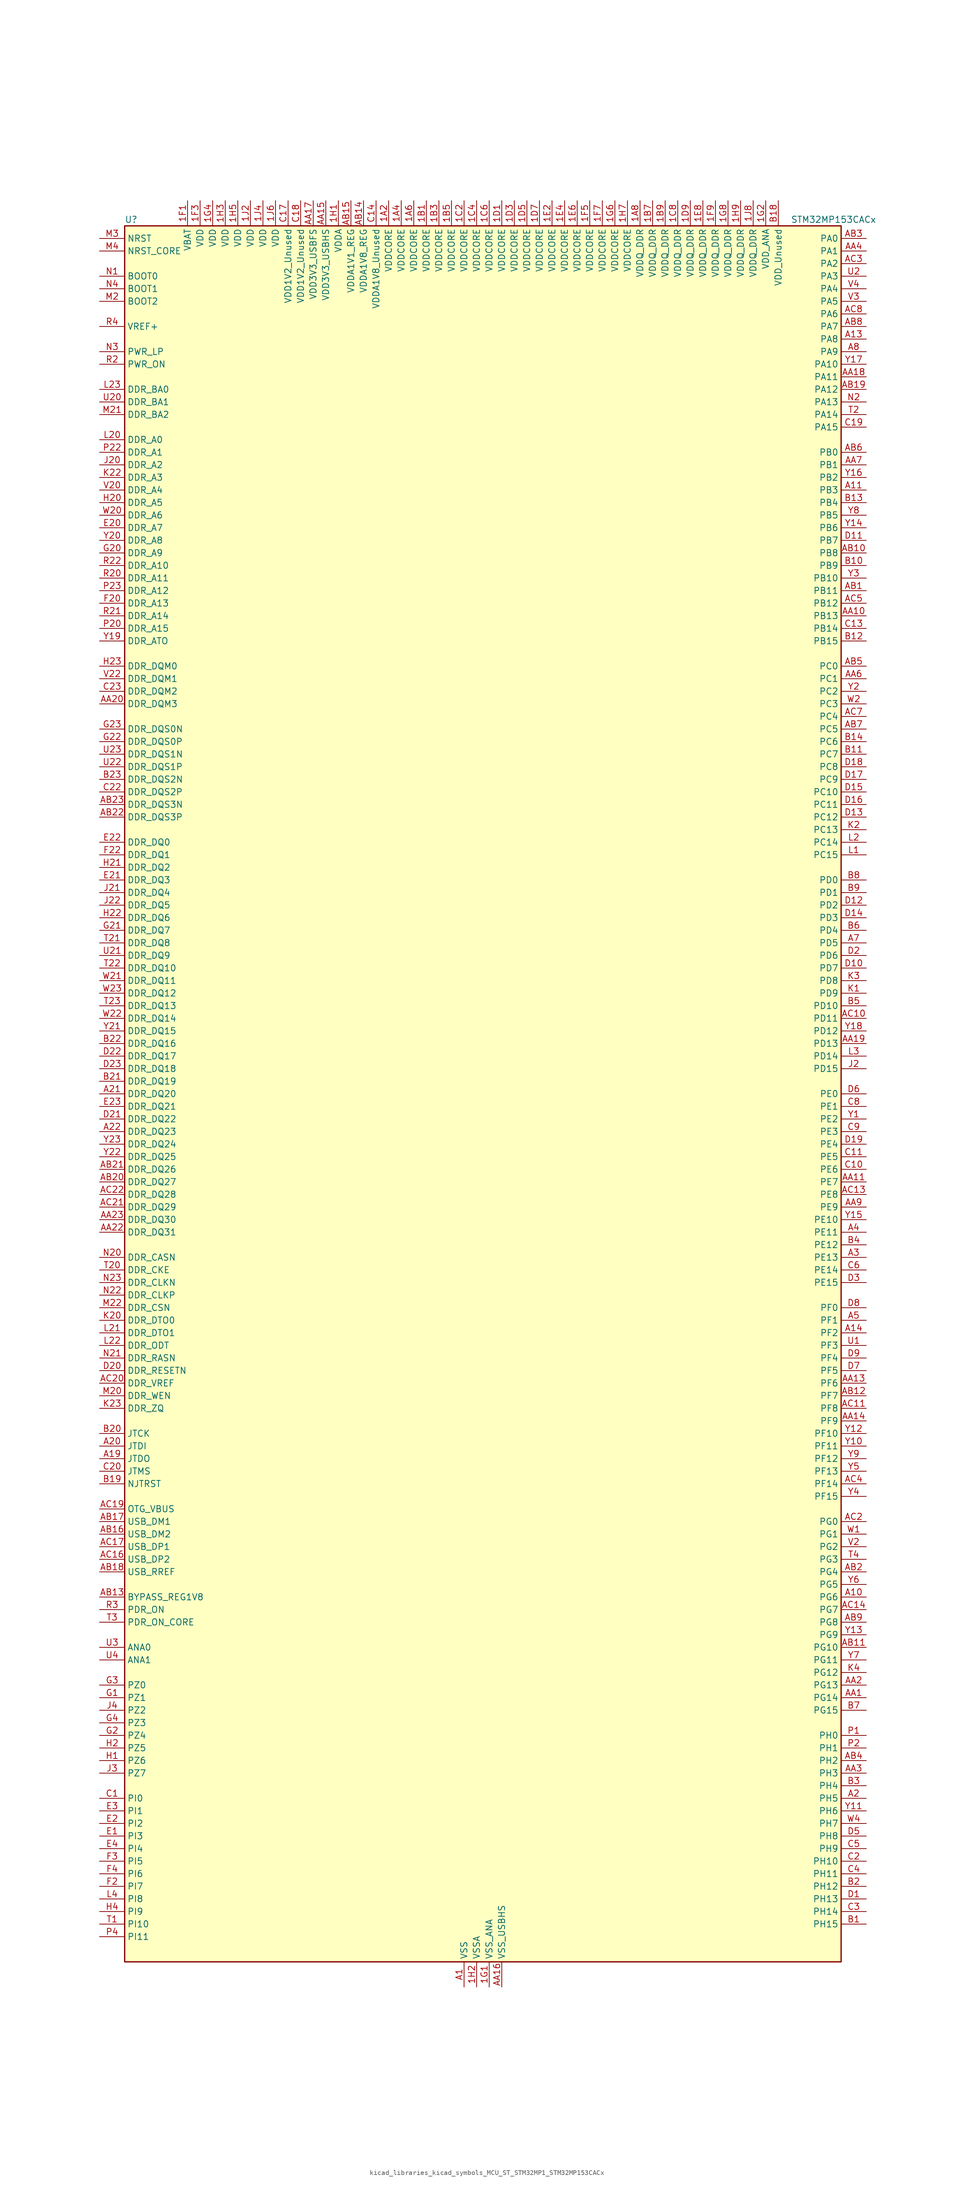
<source format=kicad_sym>
(kicad_symbol_lib
  (version 20220914)
  (generator kicad_symbol_editor)
  (symbol "kicad_libraries_kicad_symbols_MCU_ST_STM32MP1_STM32MP153CACx"
    (property "Reference" "U"
      (at -71.12 176.53 0)
      (effects (font (size 1.27 1.27)) (justify left)))
    (property "Value" "STM32MP153CACx"
      (at 63.5 176.53 0)
      (effects (font (size 1.27 1.27)) (justify left)))
    (property "ki_locked" ""
      (at 0 0 0)
      (effects (font (size 1.27 1.27))))
    (symbol "kicad_libraries_kicad_symbols_MCU_ST_STM32MP1_STM32MP153CACx_0_1"
      (rectangle (start -71.12 -175.26) (end 73.66 175.26) (stroke (width 0.254) (type default)) (fill (type background))))
    (symbol "kicad_libraries_kicad_symbols_MCU_ST_STM32MP1_STM32MP153CACx_1_1"
      (pin power_in line (at -17.78 180.34 270) (length 5.08) (name "VDDCORE" (effects (font (size 1.27 1.27)))) (number "1A2" (effects (font (size 1.27 1.27)))))
      (pin passive line (at -2.54 -180.34 90) (length 5.08) hide (name "VSS" (effects (font (size 1.27 1.27)))) (number "1A3" (effects (font (size 1.27 1.27)))))
      (pin power_in line (at -15.24 180.34 270) (length 5.08) (name "VDDCORE" (effects (font (size 1.27 1.27)))) (number "1A4" (effects (font (size 1.27 1.27)))))
      (pin passive line (at -2.54 -180.34 90) (length 5.08) hide (name "VSS" (effects (font (size 1.27 1.27)))) (number "1A5" (effects (font (size 1.27 1.27)))))
      (pin power_in line (at -12.7 180.34 270) (length 5.08) (name "VDDCORE" (effects (font (size 1.27 1.27)))) (number "1A6" (effects (font (size 1.27 1.27)))))
      (pin passive line (at -2.54 -180.34 90) (length 5.08) hide (name "VSS" (effects (font (size 1.27 1.27)))) (number "1A7" (effects (font (size 1.27 1.27)))))
      (pin power_in line (at 33.02 180.34 270) (length 5.08) (name "VDDQ_DDR" (effects (font (size 1.27 1.27)))) (number "1A8" (effects (font (size 1.27 1.27)))))
      (pin power_in line (at -10.16 180.34 270) (length 5.08) (name "VDDCORE" (effects (font (size 1.27 1.27)))) (number "1B1" (effects (font (size 1.27 1.27)))))
      (pin passive line (at -2.54 -180.34 90) (length 5.08) hide (name "VSS" (effects (font (size 1.27 1.27)))) (number "1B2" (effects (font (size 1.27 1.27)))))
      (pin power_in line (at -7.62 180.34 270) (length 5.08) (name "VDDCORE" (effects (font (size 1.27 1.27)))) (number "1B3" (effects (font (size 1.27 1.27)))))
      (pin passive line (at -2.54 -180.34 90) (length 5.08) hide (name "VSS" (effects (font (size 1.27 1.27)))) (number "1B4" (effects (font (size 1.27 1.27)))))
      (pin power_in line (at -5.08 180.34 270) (length 5.08) (name "VDDCORE" (effects (font (size 1.27 1.27)))) (number "1B5" (effects (font (size 1.27 1.27)))))
      (pin passive line (at -2.54 -180.34 90) (length 5.08) hide (name "VSS" (effects (font (size 1.27 1.27)))) (number "1B6" (effects (font (size 1.27 1.27)))))
      (pin power_in line (at 35.56 180.34 270) (length 5.08) (name "VDDQ_DDR" (effects (font (size 1.27 1.27)))) (number "1B7" (effects (font (size 1.27 1.27)))))
      (pin passive line (at -2.54 -180.34 90) (length 5.08) hide (name "VSS" (effects (font (size 1.27 1.27)))) (number "1B8" (effects (font (size 1.27 1.27)))))
      (pin power_in line (at 38.1 180.34 270) (length 5.08) (name "VDDQ_DDR" (effects (font (size 1.27 1.27)))) (number "1B9" (effects (font (size 1.27 1.27)))))
      (pin passive line (at -2.54 -180.34 90) (length 5.08) hide (name "VSS" (effects (font (size 1.27 1.27)))) (number "1C1" (effects (font (size 1.27 1.27)))))
      (pin power_in line (at -2.54 180.34 270) (length 5.08) (name "VDDCORE" (effects (font (size 1.27 1.27)))) (number "1C2" (effects (font (size 1.27 1.27)))))
      (pin passive line (at -2.54 -180.34 90) (length 5.08) hide (name "VSS" (effects (font (size 1.27 1.27)))) (number "1C3" (effects (font (size 1.27 1.27)))))
      (pin power_in line (at 0 180.34 270) (length 5.08) (name "VDDCORE" (effects (font (size 1.27 1.27)))) (number "1C4" (effects (font (size 1.27 1.27)))))
      (pin passive line (at -2.54 -180.34 90) (length 5.08) hide (name "VSS" (effects (font (size 1.27 1.27)))) (number "1C5" (effects (font (size 1.27 1.27)))))
      (pin power_in line (at 2.54 180.34 270) (length 5.08) (name "VDDCORE" (effects (font (size 1.27 1.27)))) (number "1C6" (effects (font (size 1.27 1.27)))))
      (pin passive line (at -2.54 -180.34 90) (length 5.08) hide (name "VSS" (effects (font (size 1.27 1.27)))) (number "1C7" (effects (font (size 1.27 1.27)))))
      (pin power_in line (at 40.64 180.34 270) (length 5.08) (name "VDDQ_DDR" (effects (font (size 1.27 1.27)))) (number "1C8" (effects (font (size 1.27 1.27)))))
      (pin passive line (at -2.54 -180.34 90) (length 5.08) hide (name "VSS" (effects (font (size 1.27 1.27)))) (number "1C9" (effects (font (size 1.27 1.27)))))
      (pin power_in line (at 5.08 180.34 270) (length 5.08) (name "VDDCORE" (effects (font (size 1.27 1.27)))) (number "1D1" (effects (font (size 1.27 1.27)))))
      (pin passive line (at -2.54 -180.34 90) (length 5.08) hide (name "VSS" (effects (font (size 1.27 1.27)))) (number "1D2" (effects (font (size 1.27 1.27)))))
      (pin power_in line (at 7.62 180.34 270) (length 5.08) (name "VDDCORE" (effects (font (size 1.27 1.27)))) (number "1D3" (effects (font (size 1.27 1.27)))))
      (pin passive line (at -2.54 -180.34 90) (length 5.08) hide (name "VSS" (effects (font (size 1.27 1.27)))) (number "1D4" (effects (font (size 1.27 1.27)))))
      (pin power_in line (at 10.16 180.34 270) (length 5.08) (name "VDDCORE" (effects (font (size 1.27 1.27)))) (number "1D5" (effects (font (size 1.27 1.27)))))
      (pin passive line (at -2.54 -180.34 90) (length 5.08) hide (name "VSS" (effects (font (size 1.27 1.27)))) (number "1D6" (effects (font (size 1.27 1.27)))))
      (pin power_in line (at 12.7 180.34 270) (length 5.08) (name "VDDCORE" (effects (font (size 1.27 1.27)))) (number "1D7" (effects (font (size 1.27 1.27)))))
      (pin passive line (at -2.54 -180.34 90) (length 5.08) hide (name "VSS" (effects (font (size 1.27 1.27)))) (number "1D8" (effects (font (size 1.27 1.27)))))
      (pin power_in line (at 43.18 180.34 270) (length 5.08) (name "VDDQ_DDR" (effects (font (size 1.27 1.27)))) (number "1D9" (effects (font (size 1.27 1.27)))))
      (pin passive line (at -2.54 -180.34 90) (length 5.08) hide (name "VSS" (effects (font (size 1.27 1.27)))) (number "1E1" (effects (font (size 1.27 1.27)))))
      (pin power_in line (at 15.24 180.34 270) (length 5.08) (name "VDDCORE" (effects (font (size 1.27 1.27)))) (number "1E2" (effects (font (size 1.27 1.27)))))
      (pin passive line (at -2.54 -180.34 90) (length 5.08) hide (name "VSS" (effects (font (size 1.27 1.27)))) (number "1E3" (effects (font (size 1.27 1.27)))))
      (pin power_in line (at 17.78 180.34 270) (length 5.08) (name "VDDCORE" (effects (font (size 1.27 1.27)))) (number "1E4" (effects (font (size 1.27 1.27)))))
      (pin passive line (at -2.54 -180.34 90) (length 5.08) hide (name "VSS" (effects (font (size 1.27 1.27)))) (number "1E5" (effects (font (size 1.27 1.27)))))
      (pin power_in line (at 20.32 180.34 270) (length 5.08) (name "VDDCORE" (effects (font (size 1.27 1.27)))) (number "1E6" (effects (font (size 1.27 1.27)))))
      (pin passive line (at -2.54 -180.34 90) (length 5.08) hide (name "VSS" (effects (font (size 1.27 1.27)))) (number "1E7" (effects (font (size 1.27 1.27)))))
      (pin power_in line (at 45.72 180.34 270) (length 5.08) (name "VDDQ_DDR" (effects (font (size 1.27 1.27)))) (number "1E8" (effects (font (size 1.27 1.27)))))
      (pin passive line (at -2.54 -180.34 90) (length 5.08) hide (name "VSS" (effects (font (size 1.27 1.27)))) (number "1E9" (effects (font (size 1.27 1.27)))))
      (pin power_in line (at -58.42 180.34 270) (length 5.08) (name "VBAT" (effects (font (size 1.27 1.27)))) (number "1F1" (effects (font (size 1.27 1.27)))))
      (pin passive line (at -2.54 -180.34 90) (length 5.08) hide (name "VSS" (effects (font (size 1.27 1.27)))) (number "1F2" (effects (font (size 1.27 1.27)))))
      (pin power_in line (at -55.88 180.34 270) (length 5.08) (name "VDD" (effects (font (size 1.27 1.27)))) (number "1F3" (effects (font (size 1.27 1.27)))))
      (pin passive line (at -2.54 -180.34 90) (length 5.08) hide (name "VSS" (effects (font (size 1.27 1.27)))) (number "1F4" (effects (font (size 1.27 1.27)))))
      (pin power_in line (at 22.86 180.34 270) (length 5.08) (name "VDDCORE" (effects (font (size 1.27 1.27)))) (number "1F5" (effects (font (size 1.27 1.27)))))
      (pin passive line (at -2.54 -180.34 90) (length 5.08) hide (name "VSS" (effects (font (size 1.27 1.27)))) (number "1F6" (effects (font (size 1.27 1.27)))))
      (pin power_in line (at 25.4 180.34 270) (length 5.08) (name "VDDCORE" (effects (font (size 1.27 1.27)))) (number "1F7" (effects (font (size 1.27 1.27)))))
      (pin passive line (at -2.54 -180.34 90) (length 5.08) hide (name "VSS" (effects (font (size 1.27 1.27)))) (number "1F8" (effects (font (size 1.27 1.27)))))
      (pin power_in line (at 48.26 180.34 270) (length 5.08) (name "VDDQ_DDR" (effects (font (size 1.27 1.27)))) (number "1F9" (effects (font (size 1.27 1.27)))))
      (pin power_in line (at 2.54 -180.34 90) (length 5.08) (name "VSS_ANA" (effects (font (size 1.27 1.27)))) (number "1G1" (effects (font (size 1.27 1.27)))))
      (pin power_in line (at 58.42 180.34 270) (length 5.08) (name "VDD_ANA" (effects (font (size 1.27 1.27)))) (number "1G2" (effects (font (size 1.27 1.27)))))
      (pin passive line (at -2.54 -180.34 90) (length 5.08) hide (name "VSS" (effects (font (size 1.27 1.27)))) (number "1G3" (effects (font (size 1.27 1.27)))))
      (pin power_in line (at -53.34 180.34 270) (length 5.08) (name "VDD" (effects (font (size 1.27 1.27)))) (number "1G4" (effects (font (size 1.27 1.27)))))
      (pin passive line (at -2.54 -180.34 90) (length 5.08) hide (name "VSS" (effects (font (size 1.27 1.27)))) (number "1G5" (effects (font (size 1.27 1.27)))))
      (pin power_in line (at 27.94 180.34 270) (length 5.08) (name "VDDCORE" (effects (font (size 1.27 1.27)))) (number "1G6" (effects (font (size 1.27 1.27)))))
      (pin passive line (at -2.54 -180.34 90) (length 5.08) hide (name "VSS" (effects (font (size 1.27 1.27)))) (number "1G7" (effects (font (size 1.27 1.27)))))
      (pin power_in line (at 50.8 180.34 270) (length 5.08) (name "VDDQ_DDR" (effects (font (size 1.27 1.27)))) (number "1G8" (effects (font (size 1.27 1.27)))))
      (pin passive line (at -2.54 -180.34 90) (length 5.08) hide (name "VSS" (effects (font (size 1.27 1.27)))) (number "1G9" (effects (font (size 1.27 1.27)))))
      (pin power_in line (at -27.94 180.34 270) (length 5.08) (name "VDDA" (effects (font (size 1.27 1.27)))) (number "1H1" (effects (font (size 1.27 1.27)))))
      (pin power_in line (at 0 -180.34 90) (length 5.08) (name "VSSA" (effects (font (size 1.27 1.27)))) (number "1H2" (effects (font (size 1.27 1.27)))))
      (pin power_in line (at -50.8 180.34 270) (length 5.08) (name "VDD" (effects (font (size 1.27 1.27)))) (number "1H3" (effects (font (size 1.27 1.27)))))
      (pin passive line (at -2.54 -180.34 90) (length 5.08) hide (name "VSS" (effects (font (size 1.27 1.27)))) (number "1H4" (effects (font (size 1.27 1.27)))))
      (pin power_in line (at -48.26 180.34 270) (length 5.08) (name "VDD" (effects (font (size 1.27 1.27)))) (number "1H5" (effects (font (size 1.27 1.27)))))
      (pin passive line (at -2.54 -180.34 90) (length 5.08) hide (name "VSS" (effects (font (size 1.27 1.27)))) (number "1H6" (effects (font (size 1.27 1.27)))))
      (pin power_in line (at 30.48 180.34 270) (length 5.08) (name "VDDCORE" (effects (font (size 1.27 1.27)))) (number "1H7" (effects (font (size 1.27 1.27)))))
      (pin passive line (at -2.54 -180.34 90) (length 5.08) hide (name "VSS" (effects (font (size 1.27 1.27)))) (number "1H8" (effects (font (size 1.27 1.27)))))
      (pin power_in line (at 53.34 180.34 270) (length 5.08) (name "VDDQ_DDR" (effects (font (size 1.27 1.27)))) (number "1H9" (effects (font (size 1.27 1.27)))))
      (pin power_in line (at -45.72 180.34 270) (length 5.08) (name "VDD" (effects (font (size 1.27 1.27)))) (number "1J2" (effects (font (size 1.27 1.27)))))
      (pin passive line (at -2.54 -180.34 90) (length 5.08) hide (name "VSS" (effects (font (size 1.27 1.27)))) (number "1J3" (effects (font (size 1.27 1.27)))))
      (pin power_in line (at -43.18 180.34 270) (length 5.08) (name "VDD" (effects (font (size 1.27 1.27)))) (number "1J4" (effects (font (size 1.27 1.27)))))
      (pin passive line (at -2.54 -180.34 90) (length 5.08) hide (name "VSS" (effects (font (size 1.27 1.27)))) (number "1J5" (effects (font (size 1.27 1.27)))))
      (pin power_in line (at -40.64 180.34 270) (length 5.08) (name "VDD" (effects (font (size 1.27 1.27)))) (number "1J6" (effects (font (size 1.27 1.27)))))
      (pin passive line (at -2.54 -180.34 90) (length 5.08) hide (name "VSS" (effects (font (size 1.27 1.27)))) (number "1J7" (effects (font (size 1.27 1.27)))))
      (pin power_in line (at 55.88 180.34 270) (length 5.08) (name "VDDQ_DDR" (effects (font (size 1.27 1.27)))) (number "1J8" (effects (font (size 1.27 1.27)))))
      (pin power_in line (at -2.54 -180.34 90) (length 5.08) (name "VSS" (effects (font (size 1.27 1.27)))) (number "A1" (effects (font (size 1.27 1.27)))))
      (pin bidirectional line (at 78.74 -101.6 180) (length 5.08) (name "PG6" (effects (font (size 1.27 1.27)))) (number "A10" (effects (font (size 1.27 1.27)))) (alternate "DCMI_D12" bidirectional line) (alternate "DEBUG_TRACED14" bidirectional line) (alternate "LTDC_R7" bidirectional line) (alternate "SDMMC2_CMD" bidirectional line) (alternate "TIM17_BKIN" bidirectional line))
      (pin bidirectional line (at 78.74 121.92 180) (length 5.08) (name "PB3" (effects (font (size 1.27 1.27)))) (number "A11" (effects (font (size 1.27 1.27)))) (alternate "DEBUG_TRACED9" bidirectional line) (alternate "I2S1_CK" bidirectional line) (alternate "I2S3_CK" bidirectional line) (alternate "SAI4_CK1" bidirectional line) (alternate "SAI4_MCLK_A" bidirectional line) (alternate "SDMMC2_D2" bidirectional line) (alternate "SPI1_SCK" bidirectional line) (alternate "SPI3_SCK" bidirectional line) (alternate "SPI6_SCK" bidirectional line) (alternate "TIM2_CH2" bidirectional line) (alternate "UART7_RX" bidirectional line))
      (pin bidirectional line (at 78.74 152.4 180) (length 5.08) (name "PA8" (effects (font (size 1.27 1.27)))) (number "A13" (effects (font (size 1.27 1.27)))) (alternate "I2C3_SCL" bidirectional line) (alternate "I2S3_SDO" bidirectional line) (alternate "LTDC_R6" bidirectional line) (alternate "RCC_MCO_1" bidirectional line) (alternate "SAI4_SD_B" bidirectional line) (alternate "SDMMC2_CKIN" bidirectional line) (alternate "SDMMC2_D4" bidirectional line) (alternate "SPI3_MOSI" bidirectional line) (alternate "TIM1_CH1" bidirectional line) (alternate "TIM8_BKIN2" bidirectional line) (alternate "UART7_RX" bidirectional line) (alternate "USART1_CK" bidirectional line) (alternate "USB_OTG_HS_SOF" bidirectional line))
      (pin bidirectional line (at 78.74 -48.26 180) (length 5.08) (name "PF2" (effects (font (size 1.27 1.27)))) (number "A14" (effects (font (size 1.27 1.27)))) (alternate "FMC_A2" bidirectional line) (alternate "I2C2_SMBA" bidirectional line) (alternate "SDMMC1_D0DIR" bidirectional line) (alternate "SDMMC2_D0DIR" bidirectional line) (alternate "SDMMC3_D0DIR" bidirectional line))
      (pin no_connect line (at -71.12 -175.26 0) (length 5.08) hide (name "DNU" (effects (font (size 1.27 1.27)))) (number "A16" (effects (font (size 1.27 1.27)))))
      (pin no_connect line (at -71.12 -172.72 0) (length 5.08) hide (name "DNU" (effects (font (size 1.27 1.27)))) (number "A17" (effects (font (size 1.27 1.27)))))
      (pin bidirectional line (at -76.2 -73.66 0) (length 5.08) (name "JTDO" (effects (font (size 1.27 1.27)))) (number "A19" (effects (font (size 1.27 1.27)))) (alternate "DEBUG_JTDO-SWO" bidirectional line))
      (pin bidirectional line (at 78.74 -142.24 180) (length 5.08) (name "PH5" (effects (font (size 1.27 1.27)))) (number "A2" (effects (font (size 1.27 1.27)))) (alternate "I2C2_SDA" bidirectional line) (alternate "SAI4_SD_B" bidirectional line) (alternate "SPI5_NSS" bidirectional line))
      (pin bidirectional line (at -76.2 -71.12 0) (length 5.08) (name "JTDI" (effects (font (size 1.27 1.27)))) (number "A20" (effects (font (size 1.27 1.27)))) (alternate "DEBUG_JTDI" bidirectional line))
      (pin bidirectional line (at -76.2 0 0) (length 5.08) (name "DDR_DQ20" (effects (font (size 1.27 1.27)))) (number "A21" (effects (font (size 1.27 1.27)))) (alternate "DDR_DQ20" bidirectional line))
      (pin bidirectional line (at -76.2 -7.62 0) (length 5.08) (name "DDR_DQ23" (effects (font (size 1.27 1.27)))) (number "A22" (effects (font (size 1.27 1.27)))) (alternate "DDR_DQ23" bidirectional line))
      (pin passive line (at -2.54 -180.34 90) (length 5.08) hide (name "VSS" (effects (font (size 1.27 1.27)))) (number "A23" (effects (font (size 1.27 1.27)))))
      (pin bidirectional line (at 78.74 -33.02 180) (length 5.08) (name "PE13" (effects (font (size 1.27 1.27)))) (number "A3" (effects (font (size 1.27 1.27)))) (alternate "DCMI_D6" bidirectional line) (alternate "DFSDM1_CKIN5" bidirectional line) (alternate "FMC_D10" bidirectional line) (alternate "FMC_DA10" bidirectional line) (alternate "HDP_HDP2" bidirectional line) (alternate "LTDC_DE" bidirectional line) (alternate "SAI2_FS_B" bidirectional line) (alternate "SPI4_MISO" bidirectional line) (alternate "TIM1_CH3" bidirectional line))
      (pin bidirectional line (at 78.74 -27.94 180) (length 5.08) (name "PE11" (effects (font (size 1.27 1.27)))) (number "A4" (effects (font (size 1.27 1.27)))) (alternate "ADC1_EXTI11" bidirectional line) (alternate "ADC2_EXTI11" bidirectional line) (alternate "DCMI_D4" bidirectional line) (alternate "DFSDM1_CKIN4" bidirectional line) (alternate "FMC_D8" bidirectional line) (alternate "FMC_DA8" bidirectional line) (alternate "LTDC_G3" bidirectional line) (alternate "SAI2_SD_B" bidirectional line) (alternate "SPI4_NSS" bidirectional line) (alternate "TIM1_CH2" bidirectional line) (alternate "USART6_CK" bidirectional line))
      (pin bidirectional line (at 78.74 -45.72 180) (length 5.08) (name "PF1" (effects (font (size 1.27 1.27)))) (number "A5" (effects (font (size 1.27 1.27)))) (alternate "FMC_A1" bidirectional line) (alternate "I2C2_SCL" bidirectional line) (alternate "SDMMC3_CDIR" bidirectional line) (alternate "SDMMC3_CMD" bidirectional line))
      (pin bidirectional line (at 78.74 30.48 180) (length 5.08) (name "PD5" (effects (font (size 1.27 1.27)))) (number "A7" (effects (font (size 1.27 1.27)))) (alternate "FMC_NWE" bidirectional line) (alternate "SDMMC3_D2" bidirectional line) (alternate "USART2_TX" bidirectional line))
      (pin bidirectional line (at 78.74 149.86 180) (length 5.08) (name "PA9" (effects (font (size 1.27 1.27)))) (number "A8" (effects (font (size 1.27 1.27)))) (alternate "DAC1_EXTI9" bidirectional line) (alternate "DCMI_D0" bidirectional line) (alternate "I2C3_SMBA" bidirectional line) (alternate "I2S2_CK" bidirectional line) (alternate "LTDC_R5" bidirectional line) (alternate "SDMMC2_CDIR" bidirectional line) (alternate "SDMMC2_D5" bidirectional line) (alternate "SPI2_SCK" bidirectional line) (alternate "TIM1_CH2" bidirectional line) (alternate "USART1_TX" bidirectional line))
      (pin bidirectional line (at 78.74 -121.92 180) (length 5.08) (name "PG14" (effects (font (size 1.27 1.27)))) (number "AA1" (effects (font (size 1.27 1.27)))) (alternate "DEBUG_TRACED1" bidirectional line) (alternate "ETH1_TXD1" bidirectional line) (alternate "FMC_A25" bidirectional line) (alternate "LPTIM1_ETR" bidirectional line) (alternate "LTDC_B0" bidirectional line) (alternate "QUADSPI_BK2_IO3" bidirectional line) (alternate "SAI4_D1" bidirectional line) (alternate "SAI4_SD_A" bidirectional line) (alternate "SPI6_MOSI" bidirectional line) (alternate "USART6_TX" bidirectional line))
      (pin bidirectional line (at 78.74 96.52 180) (length 5.08) (name "PB13" (effects (font (size 1.27 1.27)))) (number "AA10" (effects (font (size 1.27 1.27)))) (alternate "DFSDM1_CKIN1" bidirectional line) (alternate "DFSDM1_CKOUT" bidirectional line) (alternate "ETH1_TXD1" bidirectional line) (alternate "FDCAN2_TX" bidirectional line) (alternate "I2S2_CK" bidirectional line) (alternate "LPTIM2_OUT" bidirectional line) (alternate "SPI2_SCK" bidirectional line) (alternate "TIM1_CH1N" bidirectional line) (alternate "UART5_TX" bidirectional line) (alternate "USART3_CTS" bidirectional line) (alternate "USART3_NSS" bidirectional line))
      (pin bidirectional line (at 78.74 -17.78 180) (length 5.08) (name "PE7" (effects (font (size 1.27 1.27)))) (number "AA11" (effects (font (size 1.27 1.27)))) (alternate "DFSDM1_DATIN2" bidirectional line) (alternate "FMC_D4" bidirectional line) (alternate "FMC_DA4" bidirectional line) (alternate "QUADSPI_BK2_IO0" bidirectional line) (alternate "TIM1_ETR" bidirectional line) (alternate "TIM3_ETR" bidirectional line) (alternate "UART7_RX" bidirectional line))
      (pin passive line (at -2.54 -180.34 90) (length 5.08) hide (name "VSS" (effects (font (size 1.27 1.27)))) (number "AA12" (effects (font (size 1.27 1.27)))))
      (pin bidirectional line (at 78.74 -58.42 180) (length 5.08) (name "PF6" (effects (font (size 1.27 1.27)))) (number "AA13" (effects (font (size 1.27 1.27)))) (alternate "QUADSPI_BK1_IO3" bidirectional line) (alternate "SAI1_SD_B" bidirectional line) (alternate "SAI4_SCK_B" bidirectional line) (alternate "SPI5_NSS" bidirectional line) (alternate "TIM16_CH1" bidirectional line) (alternate "UART7_RX" bidirectional line))
      (pin bidirectional line (at 78.74 -66.04 180) (length 5.08) (name "PF9" (effects (font (size 1.27 1.27)))) (number "AA14" (effects (font (size 1.27 1.27)))) (alternate "DAC1_EXTI9" bidirectional line) (alternate "DEBUG_TRACED13" bidirectional line) (alternate "QUADSPI_BK1_IO1" bidirectional line) (alternate "SAI1_FS_B" bidirectional line) (alternate "SPI5_MOSI" bidirectional line) (alternate "TIM14_CH1" bidirectional line) (alternate "TIM17_CH1N" bidirectional line) (alternate "UART7_CTS" bidirectional line))
      (pin power_in line (at -30.48 180.34 270) (length 5.08) (name "VDD3V3_USBHS" (effects (font (size 1.27 1.27)))) (number "AA15" (effects (font (size 1.27 1.27)))))
      (pin power_in line (at 5.08 -180.34 90) (length 5.08) (name "VSS_USBHS" (effects (font (size 1.27 1.27)))) (number "AA16" (effects (font (size 1.27 1.27)))))
      (pin power_in line (at -33.02 180.34 270) (length 5.08) (name "VDD3V3_USBFS" (effects (font (size 1.27 1.27)))) (number "AA17" (effects (font (size 1.27 1.27)))))
      (pin bidirectional line (at 78.74 144.78 180) (length 5.08) (name "PA11" (effects (font (size 1.27 1.27)))) (number "AA18" (effects (font (size 1.27 1.27)))) (alternate "ADC1_EXTI11" bidirectional line) (alternate "ADC2_EXTI11" bidirectional line) (alternate "FDCAN1_RX" bidirectional line) (alternate "I2C5_SCL" bidirectional line) (alternate "I2C6_SCL" bidirectional line) (alternate "I2S2_WS" bidirectional line) (alternate "LTDC_R4" bidirectional line) (alternate "SPI2_NSS" bidirectional line) (alternate "TIM1_CH4" bidirectional line) (alternate "UART4_RX" bidirectional line) (alternate "USART1_CTS" bidirectional line) (alternate "USART1_NSS" bidirectional line))
      (pin bidirectional line (at 78.74 10.16 180) (length 5.08) (name "PD13" (effects (font (size 1.27 1.27)))) (number "AA19" (effects (font (size 1.27 1.27)))) (alternate "FMC_A18" bidirectional line) (alternate "I2C1_SDA" bidirectional line) (alternate "I2C4_SDA" bidirectional line) (alternate "I2S3_MCK" bidirectional line) (alternate "LPTIM1_OUT" bidirectional line) (alternate "QUADSPI_BK1_IO3" bidirectional line) (alternate "SAI2_SCK_A" bidirectional line) (alternate "TIM4_CH2" bidirectional line))
      (pin bidirectional line (at 78.74 -119.38 180) (length 5.08) (name "PG13" (effects (font (size 1.27 1.27)))) (number "AA2" (effects (font (size 1.27 1.27)))) (alternate "DEBUG_TRACED0" bidirectional line) (alternate "ETH1_TXD0" bidirectional line) (alternate "FMC_A24" bidirectional line) (alternate "LPTIM1_OUT" bidirectional line) (alternate "LTDC_R0" bidirectional line) (alternate "SAI1_CK2" bidirectional line) (alternate "SAI1_SCK_A" bidirectional line) (alternate "SAI4_CK1" bidirectional line) (alternate "SAI4_MCLK_A" bidirectional line) (alternate "SPI6_SCK" bidirectional line) (alternate "USART6_CTS" bidirectional line) (alternate "USART6_NSS" bidirectional line))
      (pin bidirectional line (at -76.2 78.74 0) (length 5.08) (name "DDR_DQM3" (effects (font (size 1.27 1.27)))) (number "AA20" (effects (font (size 1.27 1.27)))) (alternate "DDR_DQM3" bidirectional line))
      (pin passive line (at -2.54 -180.34 90) (length 5.08) hide (name "VSS" (effects (font (size 1.27 1.27)))) (number "AA21" (effects (font (size 1.27 1.27)))))
      (pin bidirectional line (at -76.2 -27.94 0) (length 5.08) (name "DDR_DQ31" (effects (font (size 1.27 1.27)))) (number "AA22" (effects (font (size 1.27 1.27)))) (alternate "DDR_DQ31" bidirectional line))
      (pin bidirectional line (at -76.2 -25.4 0) (length 5.08) (name "DDR_DQ30" (effects (font (size 1.27 1.27)))) (number "AA23" (effects (font (size 1.27 1.27)))) (alternate "DDR_DQ30" bidirectional line))
      (pin bidirectional line (at 78.74 -137.16 180) (length 5.08) (name "PH3" (effects (font (size 1.27 1.27)))) (number "AA3" (effects (font (size 1.27 1.27)))) (alternate "DFSDM1_CKIN4" bidirectional line) (alternate "ETH1_COL" bidirectional line) (alternate "LTDC_R1" bidirectional line) (alternate "QUADSPI_BK2_IO1" bidirectional line) (alternate "SAI2_MCLK_B" bidirectional line))
      (pin bidirectional line (at 78.74 170.18 180) (length 5.08) (name "PA1" (effects (font (size 1.27 1.27)))) (number "AA4" (effects (font (size 1.27 1.27)))) (alternate "ADC1_INN16" bidirectional line) (alternate "ADC1_INP17" bidirectional line) (alternate "ETH1_CLK" bidirectional line) (alternate "ETH1_REF_CLK" bidirectional line) (alternate "ETH1_RX_CLK" bidirectional line) (alternate "LPTIM3_OUT" bidirectional line) (alternate "LTDC_R2" bidirectional line) (alternate "QUADSPI_BK1_IO3" bidirectional line) (alternate "SAI2_MCLK_B" bidirectional line) (alternate "TIM15_CH1N" bidirectional line) (alternate "TIM2_CH2" bidirectional line) (alternate "TIM5_CH2" bidirectional line) (alternate "UART4_RX" bidirectional line) (alternate "USART2_DE" bidirectional line) (alternate "USART2_RTS" bidirectional line))
      (pin passive line (at -2.54 -180.34 90) (length 5.08) hide (name "VSS" (effects (font (size 1.27 1.27)))) (number "AA5" (effects (font (size 1.27 1.27)))))
      (pin bidirectional line (at 78.74 83.82 180) (length 5.08) (name "PC1" (effects (font (size 1.27 1.27)))) (number "AA6" (effects (font (size 1.27 1.27)))) (alternate "ADC1_INN10" bidirectional line) (alternate "ADC1_INP11" bidirectional line) (alternate "ADC2_INN10" bidirectional line) (alternate "ADC2_INP11" bidirectional line) (alternate "DEBUG_TRACED0" bidirectional line) (alternate "DFSDM1_CKIN4" bidirectional line) (alternate "DFSDM1_DATIN0" bidirectional line) (alternate "ETH1_MDC" bidirectional line) (alternate "I2S2_SDO" bidirectional line) (alternate "PWR_WKUP6" bidirectional line) (alternate "SAI1_D1" bidirectional line) (alternate "SAI1_SD_A" bidirectional line) (alternate "SDMMC2_CK" bidirectional line) (alternate "SPI2_MOSI" bidirectional line) (alternate "TAMP_IN3" bidirectional line))
      (pin bidirectional line (at 78.74 127 180) (length 5.08) (name "PB1" (effects (font (size 1.27 1.27)))) (number "AA7" (effects (font (size 1.27 1.27)))) (alternate "ADC1_INP5" bidirectional line) (alternate "ADC2_INP5" bidirectional line) (alternate "DFSDM1_DATIN1" bidirectional line) (alternate "ETH1_RXD3" bidirectional line) (alternate "LTDC_G0" bidirectional line) (alternate "LTDC_R6" bidirectional line) (alternate "TIM1_CH3N" bidirectional line) (alternate "TIM3_CH4" bidirectional line) (alternate "TIM8_CH3N" bidirectional line))
      (pin passive line (at -2.54 -180.34 90) (length 5.08) hide (name "VSS" (effects (font (size 1.27 1.27)))) (number "AA8" (effects (font (size 1.27 1.27)))))
      (pin bidirectional line (at 78.74 -22.86 180) (length 5.08) (name "PE9" (effects (font (size 1.27 1.27)))) (number "AA9" (effects (font (size 1.27 1.27)))) (alternate "DAC1_EXTI9" bidirectional line) (alternate "DFSDM1_CKOUT" bidirectional line) (alternate "FMC_D6" bidirectional line) (alternate "FMC_DA6" bidirectional line) (alternate "QUADSPI_BK2_IO2" bidirectional line) (alternate "TIM1_CH1" bidirectional line) (alternate "UART7_DE" bidirectional line) (alternate "UART7_RTS" bidirectional line))
      (pin bidirectional line (at 78.74 101.6 180) (length 5.08) (name "PB11" (effects (font (size 1.27 1.27)))) (number "AB1" (effects (font (size 1.27 1.27)))) (alternate "ADC1_EXTI11" bidirectional line) (alternate "ADC2_EXTI11" bidirectional line) (alternate "DFSDM1_CKIN7" bidirectional line) (alternate "ETH1_TX_CTL" bidirectional line) (alternate "ETH1_TX_EN" bidirectional line) (alternate "I2C2_SDA" bidirectional line) (alternate "LPTIM2_ETR" bidirectional line) (alternate "LTDC_G5" bidirectional line) (alternate "TIM2_CH4" bidirectional line) (alternate "USART3_RX" bidirectional line))
      (pin bidirectional line (at 78.74 109.22 180) (length 5.08) (name "PB8" (effects (font (size 1.27 1.27)))) (number "AB10" (effects (font (size 1.27 1.27)))) (alternate "DCMI_D6" bidirectional line) (alternate "DFSDM1_CKIN7" bidirectional line) (alternate "ETH1_TXD3" bidirectional line) (alternate "FDCAN1_RX" bidirectional line) (alternate "HDP_HDP6" bidirectional line) (alternate "I2C1_SCL" bidirectional line) (alternate "I2C4_SCL" bidirectional line) (alternate "LTDC_B6" bidirectional line) (alternate "SDMMC1_CKIN" bidirectional line) (alternate "SDMMC1_D4" bidirectional line) (alternate "SDMMC2_CKIN" bidirectional line) (alternate "SDMMC2_D4" bidirectional line) (alternate "TIM16_CH1" bidirectional line) (alternate "TIM4_CH3" bidirectional line) (alternate "UART4_RX" bidirectional line))
      (pin bidirectional line (at 78.74 -111.76 180) (length 5.08) (name "PG10" (effects (font (size 1.27 1.27)))) (number "AB11" (effects (font (size 1.27 1.27)))) (alternate "DCMI_D2" bidirectional line) (alternate "DEBUG_TRACED10" bidirectional line) (alternate "FMC_NE3" bidirectional line) (alternate "LTDC_B2" bidirectional line) (alternate "LTDC_G3" bidirectional line) (alternate "QUADSPI_BK2_IO2" bidirectional line) (alternate "SAI2_SD_B" bidirectional line) (alternate "UART8_CTS" bidirectional line))
      (pin bidirectional line (at 78.74 -60.96 180) (length 5.08) (name "PF7" (effects (font (size 1.27 1.27)))) (number "AB12" (effects (font (size 1.27 1.27)))) (alternate "QUADSPI_BK1_IO2" bidirectional line) (alternate "SAI1_MCLK_B" bidirectional line) (alternate "SPI5_SCK" bidirectional line) (alternate "TIM17_CH1" bidirectional line) (alternate "UART7_TX" bidirectional line))
      (pin bidirectional line (at -76.2 -101.6 0) (length 5.08) (name "BYPASS_REG1V8" (effects (font (size 1.27 1.27)))) (number "AB13" (effects (font (size 1.27 1.27)))))
      (pin power_in line (at -22.86 180.34 270) (length 5.08) (name "VDDA1V8_REG" (effects (font (size 1.27 1.27)))) (number "AB14" (effects (font (size 1.27 1.27)))))
      (pin power_in line (at -25.4 180.34 270) (length 5.08) (name "VDDA1V1_REG" (effects (font (size 1.27 1.27)))) (number "AB15" (effects (font (size 1.27 1.27)))))
      (pin bidirectional line (at -76.2 -88.9 0) (length 5.08) (name "USB_DM2" (effects (font (size 1.27 1.27)))) (number "AB16" (effects (font (size 1.27 1.27)))) (alternate "USBH_HS2_DM" bidirectional line) (alternate "USB_OTG_HS_DM" bidirectional line))
      (pin bidirectional line (at -76.2 -86.36 0) (length 5.08) (name "USB_DM1" (effects (font (size 1.27 1.27)))) (number "AB17" (effects (font (size 1.27 1.27)))) (alternate "USBH_HS1_DM" bidirectional line))
      (pin bidirectional line (at -76.2 -96.52 0) (length 5.08) (name "USB_RREF" (effects (font (size 1.27 1.27)))) (number "AB18" (effects (font (size 1.27 1.27)))))
      (pin bidirectional line (at 78.74 142.24 180) (length 5.08) (name "PA12" (effects (font (size 1.27 1.27)))) (number "AB19" (effects (font (size 1.27 1.27)))) (alternate "FDCAN1_TX" bidirectional line) (alternate "I2C5_SDA" bidirectional line) (alternate "I2C6_SDA" bidirectional line) (alternate "LTDC_R5" bidirectional line) (alternate "SAI2_FS_B" bidirectional line) (alternate "TIM1_ETR" bidirectional line) (alternate "UART4_TX" bidirectional line) (alternate "USART1_DE" bidirectional line) (alternate "USART1_RTS" bidirectional line))
      (pin bidirectional line (at 78.74 -96.52 180) (length 5.08) (name "PG4" (effects (font (size 1.27 1.27)))) (number "AB2" (effects (font (size 1.27 1.27)))) (alternate "ETH1_GTX_CLK" bidirectional line) (alternate "FMC_A14" bidirectional line) (alternate "TIM1_BKIN2" bidirectional line))
      (pin bidirectional line (at -76.2 -17.78 0) (length 5.08) (name "DDR_DQ27" (effects (font (size 1.27 1.27)))) (number "AB20" (effects (font (size 1.27 1.27)))) (alternate "DDR_DQ27" bidirectional line))
      (pin bidirectional line (at -76.2 -15.24 0) (length 5.08) (name "DDR_DQ26" (effects (font (size 1.27 1.27)))) (number "AB21" (effects (font (size 1.27 1.27)))) (alternate "DDR_DQ26" bidirectional line))
      (pin bidirectional line (at -76.2 55.88 0) (length 5.08) (name "DDR_DQS3P" (effects (font (size 1.27 1.27)))) (number "AB22" (effects (font (size 1.27 1.27)))) (alternate "DDR_DQS3P" bidirectional line))
      (pin bidirectional line (at -76.2 58.42 0) (length 5.08) (name "DDR_DQS3N" (effects (font (size 1.27 1.27)))) (number "AB23" (effects (font (size 1.27 1.27)))) (alternate "DDR_DQS3N" bidirectional line))
      (pin bidirectional line (at 78.74 172.72 180) (length 5.08) (name "PA0" (effects (font (size 1.27 1.27)))) (number "AB3" (effects (font (size 1.27 1.27)))) (alternate "ADC1_INP16" bidirectional line) (alternate "ETH1_CRS" bidirectional line) (alternate "PWR_WKUP1" bidirectional line) (alternate "SAI2_SD_B" bidirectional line) (alternate "SDMMC2_CMD" bidirectional line) (alternate "TIM15_BKIN" bidirectional line) (alternate "TIM2_CH1" bidirectional line) (alternate "TIM2_ETR" bidirectional line) (alternate "TIM5_CH1" bidirectional line) (alternate "TIM8_ETR" bidirectional line) (alternate "UART4_TX" bidirectional line) (alternate "USART2_CTS" bidirectional line) (alternate "USART2_NSS" bidirectional line))
      (pin bidirectional line (at 78.74 -134.62 180) (length 5.08) (name "PH2" (effects (font (size 1.27 1.27)))) (number "AB4" (effects (font (size 1.27 1.27)))) (alternate "ETH1_CRS" bidirectional line) (alternate "LPTIM1_IN2" bidirectional line) (alternate "LTDC_R0" bidirectional line) (alternate "QUADSPI_BK2_IO0" bidirectional line) (alternate "SAI2_SCK_B" bidirectional line))
      (pin bidirectional line (at 78.74 86.36 180) (length 5.08) (name "PC0" (effects (font (size 1.27 1.27)))) (number "AB5" (effects (font (size 1.27 1.27)))) (alternate "ADC1_INP10" bidirectional line) (alternate "ADC2_INP10" bidirectional line) (alternate "DFSDM1_CKIN0" bidirectional line) (alternate "DFSDM1_DATIN4" bidirectional line) (alternate "LPTIM2_IN2" bidirectional line) (alternate "LTDC_R5" bidirectional line) (alternate "QUADSPI_BK2_NCS" bidirectional line) (alternate "SAI2_FS_B" bidirectional line))
      (pin bidirectional line (at 78.74 129.54 180) (length 5.08) (name "PB0" (effects (font (size 1.27 1.27)))) (number "AB6" (effects (font (size 1.27 1.27)))) (alternate "ADC1_INN5" bidirectional line) (alternate "ADC1_INP9" bidirectional line) (alternate "ADC2_INN5" bidirectional line) (alternate "ADC2_INP9" bidirectional line) (alternate "DFSDM1_CKOUT" bidirectional line) (alternate "ETH1_RXD2" bidirectional line) (alternate "LTDC_G1" bidirectional line) (alternate "LTDC_R3" bidirectional line) (alternate "TIM1_CH2N" bidirectional line) (alternate "TIM3_CH3" bidirectional line) (alternate "TIM8_CH2N" bidirectional line) (alternate "UART4_CTS" bidirectional line))
      (pin bidirectional line (at 78.74 73.66 180) (length 5.08) (name "PC5" (effects (font (size 1.27 1.27)))) (number "AB7" (effects (font (size 1.27 1.27)))) (alternate "ADC1_INN4" bidirectional line) (alternate "ADC1_INP8" bidirectional line) (alternate "ADC2_INN4" bidirectional line) (alternate "ADC2_INP8" bidirectional line) (alternate "DFSDM1_DATIN2" bidirectional line) (alternate "ETH1_RXD1" bidirectional line) (alternate "SAI1_D3" bidirectional line) (alternate "SAI1_D4" bidirectional line) (alternate "SAI4_D3" bidirectional line) (alternate "SAI4_D4" bidirectional line) (alternate "SPDIFRX_IN3" bidirectional line))
      (pin bidirectional line (at 78.74 154.94 180) (length 5.08) (name "PA7" (effects (font (size 1.27 1.27)))) (number "AB8" (effects (font (size 1.27 1.27)))) (alternate "ADC1_INN3" bidirectional line) (alternate "ADC1_INP7" bidirectional line) (alternate "ADC2_INN3" bidirectional line) (alternate "ADC2_INP7" bidirectional line) (alternate "ETH1_CRS_DV" bidirectional line) (alternate "ETH1_RX_CTL" bidirectional line) (alternate "ETH1_RX_DV" bidirectional line) (alternate "I2S1_SDO" bidirectional line) (alternate "QUADSPI_CLK" bidirectional line) (alternate "SAI4_D1" bidirectional line) (alternate "SAI4_SD_A" bidirectional line) (alternate "SPI1_MOSI" bidirectional line) (alternate "SPI6_MOSI" bidirectional line) (alternate "TIM14_CH1" bidirectional line) (alternate "TIM1_CH1N" bidirectional line) (alternate "TIM3_CH2" bidirectional line) (alternate "TIM8_CH1N" bidirectional line))
      (pin bidirectional line (at 78.74 -106.68 180) (length 5.08) (name "PG8" (effects (font (size 1.27 1.27)))) (number "AB9" (effects (font (size 1.27 1.27)))) (alternate "DEBUG_TRACED15" bidirectional line) (alternate "ETH1_CLK" bidirectional line) (alternate "ETH1_PPS_OUT" bidirectional line) (alternate "LTDC_G7" bidirectional line) (alternate "SAI4_D2" bidirectional line) (alternate "SAI4_FS_A" bidirectional line) (alternate "SPDIFRX_IN2" bidirectional line) (alternate "SPI6_NSS" bidirectional line) (alternate "TIM2_CH1" bidirectional line) (alternate "TIM2_ETR" bidirectional line) (alternate "TIM8_ETR" bidirectional line) (alternate "USART3_DE" bidirectional line) (alternate "USART3_RTS" bidirectional line) (alternate "USART6_DE" bidirectional line) (alternate "USART6_RTS" bidirectional line))
      (pin passive line (at -2.54 -180.34 90) (length 5.08) hide (name "VSS" (effects (font (size 1.27 1.27)))) (number "AC1" (effects (font (size 1.27 1.27)))))
      (pin bidirectional line (at 78.74 15.24 180) (length 5.08) (name "PD11" (effects (font (size 1.27 1.27)))) (number "AC10" (effects (font (size 1.27 1.27)))) (alternate "ADC1_EXTI11" bidirectional line) (alternate "ADC2_EXTI11" bidirectional line) (alternate "FMC_A16" bidirectional line) (alternate "FMC_CLE" bidirectional line) (alternate "I2C1_SMBA" bidirectional line) (alternate "I2C4_SMBA" bidirectional line) (alternate "LPTIM2_IN2" bidirectional line) (alternate "QUADSPI_BK1_IO0" bidirectional line) (alternate "SAI2_SD_A" bidirectional line) (alternate "USART3_CTS" bidirectional line) (alternate "USART3_NSS" bidirectional line))
      (pin bidirectional line (at 78.74 -63.5 180) (length 5.08) (name "PF8" (effects (font (size 1.27 1.27)))) (number "AC11" (effects (font (size 1.27 1.27)))) (alternate "DEBUG_TRACED12" bidirectional line) (alternate "QUADSPI_BK1_IO0" bidirectional line) (alternate "SAI1_SCK_B" bidirectional line) (alternate "SPI5_MISO" bidirectional line) (alternate "TIM13_CH1" bidirectional line) (alternate "TIM16_CH1N" bidirectional line) (alternate "UART7_DE" bidirectional line) (alternate "UART7_RTS" bidirectional line))
      (pin bidirectional line (at 78.74 -20.32 180) (length 5.08) (name "PE8" (effects (font (size 1.27 1.27)))) (number "AC13" (effects (font (size 1.27 1.27)))) (alternate "DFSDM1_CKIN2" bidirectional line) (alternate "FMC_D5" bidirectional line) (alternate "FMC_DA5" bidirectional line) (alternate "QUADSPI_BK2_IO1" bidirectional line) (alternate "TIM1_CH1N" bidirectional line) (alternate "UART7_TX" bidirectional line))
      (pin bidirectional line (at 78.74 -104.14 180) (length 5.08) (name "PG7" (effects (font (size 1.27 1.27)))) (number "AC14" (effects (font (size 1.27 1.27)))) (alternate "DCMI_D13" bidirectional line) (alternate "DEBUG_TRACED5" bidirectional line) (alternate "LTDC_CLK" bidirectional line) (alternate "QUADSPI_BK2_IO3" bidirectional line) (alternate "QUADSPI_CLK" bidirectional line) (alternate "SAI1_MCLK_A" bidirectional line) (alternate "UART8_DE" bidirectional line) (alternate "UART8_RTS" bidirectional line) (alternate "USART6_CK" bidirectional line))
      (pin bidirectional line (at -76.2 -93.98 0) (length 5.08) (name "USB_DP2" (effects (font (size 1.27 1.27)))) (number "AC16" (effects (font (size 1.27 1.27)))) (alternate "USBH_HS2_DP" bidirectional line) (alternate "USB_OTG_HS_DP" bidirectional line))
      (pin bidirectional line (at -76.2 -91.44 0) (length 5.08) (name "USB_DP1" (effects (font (size 1.27 1.27)))) (number "AC17" (effects (font (size 1.27 1.27)))) (alternate "USBH_HS1_DP" bidirectional line))
      (pin bidirectional line (at -76.2 -83.82 0) (length 5.08) (name "OTG_VBUS" (effects (font (size 1.27 1.27)))) (number "AC19" (effects (font (size 1.27 1.27)))) (alternate "USB_OTG_HS_VBUS" bidirectional line))
      (pin bidirectional line (at 78.74 -86.36 180) (length 5.08) (name "PG0" (effects (font (size 1.27 1.27)))) (number "AC2" (effects (font (size 1.27 1.27)))) (alternate "DEBUG_TRACED0" bidirectional line) (alternate "DFSDM1_DATIN0" bidirectional line) (alternate "ETH1_TXD4" bidirectional line) (alternate "FMC_A10" bidirectional line))
      (pin bidirectional line (at -76.2 -58.42 0) (length 5.08) (name "DDR_VREF" (effects (font (size 1.27 1.27)))) (number "AC20" (effects (font (size 1.27 1.27)))) (alternate "DDR_VREF" bidirectional line))
      (pin bidirectional line (at -76.2 -22.86 0) (length 5.08) (name "DDR_DQ29" (effects (font (size 1.27 1.27)))) (number "AC21" (effects (font (size 1.27 1.27)))) (alternate "DDR_DQ29" bidirectional line))
      (pin bidirectional line (at -76.2 -20.32 0) (length 5.08) (name "DDR_DQ28" (effects (font (size 1.27 1.27)))) (number "AC22" (effects (font (size 1.27 1.27)))) (alternate "DDR_DQ28" bidirectional line))
      (pin passive line (at -2.54 -180.34 90) (length 5.08) hide (name "VSS" (effects (font (size 1.27 1.27)))) (number "AC23" (effects (font (size 1.27 1.27)))))
      (pin bidirectional line (at 78.74 167.64 180) (length 5.08) (name "PA2" (effects (font (size 1.27 1.27)))) (number "AC3" (effects (font (size 1.27 1.27)))) (alternate "ADC1_INP14" bidirectional line) (alternate "ETH1_MDIO" bidirectional line) (alternate "LPTIM4_OUT" bidirectional line) (alternate "LTDC_R1" bidirectional line) (alternate "PWR_WKUP2" bidirectional line) (alternate "SAI2_SCK_B" bidirectional line) (alternate "SDMMC2_D0DIR" bidirectional line) (alternate "TIM15_CH1" bidirectional line) (alternate "TIM2_CH3" bidirectional line) (alternate "TIM5_CH3" bidirectional line) (alternate "USART2_TX" bidirectional line))
      (pin bidirectional line (at 78.74 -78.74 180) (length 5.08) (name "PF14" (effects (font (size 1.27 1.27)))) (number "AC4" (effects (font (size 1.27 1.27)))) (alternate "ADC2_INN2" bidirectional line) (alternate "ADC2_INP6" bidirectional line) (alternate "DEBUG_TRACED6" bidirectional line) (alternate "DFSDM1_CKIN6" bidirectional line) (alternate "ETH1_RXD6" bidirectional line) (alternate "FMC_A8" bidirectional line) (alternate "I2C1_SCL" bidirectional line) (alternate "I2C4_SCL" bidirectional line))
      (pin bidirectional line (at 78.74 99.06 180) (length 5.08) (name "PB12" (effects (font (size 1.27 1.27)))) (number "AC5" (effects (font (size 1.27 1.27)))) (alternate "DFSDM1_DATIN1" bidirectional line) (alternate "ETH1_TXD0" bidirectional line) (alternate "FDCAN2_RX" bidirectional line) (alternate "I2C2_SMBA" bidirectional line) (alternate "I2C6_SMBA" bidirectional line) (alternate "I2S2_WS" bidirectional line) (alternate "SPI2_NSS" bidirectional line) (alternate "TIM1_BKIN" bidirectional line) (alternate "UART5_RX" bidirectional line) (alternate "USART3_CK" bidirectional line) (alternate "USART3_RX" bidirectional line))
      (pin bidirectional line (at 78.74 76.2 180) (length 5.08) (name "PC4" (effects (font (size 1.27 1.27)))) (number "AC7" (effects (font (size 1.27 1.27)))) (alternate "ADC1_INP4" bidirectional line) (alternate "ADC2_INP4" bidirectional line) (alternate "DFSDM1_CKIN2" bidirectional line) (alternate "ETH1_RXD0" bidirectional line) (alternate "I2S1_MCK" bidirectional line) (alternate "SPDIFRX_IN2" bidirectional line))
      (pin bidirectional line (at 78.74 157.48 180) (length 5.08) (name "PA6" (effects (font (size 1.27 1.27)))) (number "AC8" (effects (font (size 1.27 1.27)))) (alternate "ADC1_INP3" bidirectional line) (alternate "ADC2_INP3" bidirectional line) (alternate "DCMI_PIXCLK" bidirectional line) (alternate "I2S1_SDI" bidirectional line) (alternate "LTDC_G2" bidirectional line) (alternate "SAI4_CK2" bidirectional line) (alternate "SAI4_SCK_A" bidirectional line) (alternate "SPI1_MISO" bidirectional line) (alternate "SPI6_MISO" bidirectional line) (alternate "TIM13_CH1" bidirectional line) (alternate "TIM1_BKIN" bidirectional line) (alternate "TIM3_CH1" bidirectional line) (alternate "TIM8_BKIN" bidirectional line))
      (pin bidirectional line (at 78.74 -167.64 180) (length 5.08) (name "PH15" (effects (font (size 1.27 1.27)))) (number "B1" (effects (font (size 1.27 1.27)))) (alternate "ADC1_EXTI15" bidirectional line) (alternate "ADC2_EXTI15" bidirectional line) (alternate "DCMI_D11" bidirectional line) (alternate "LTDC_G4" bidirectional line) (alternate "TIM8_CH3N" bidirectional line))
      (pin bidirectional line (at 78.74 106.68 180) (length 5.08) (name "PB9" (effects (font (size 1.27 1.27)))) (number "B10" (effects (font (size 1.27 1.27)))) (alternate "DAC1_EXTI9" bidirectional line) (alternate "DCMI_D7" bidirectional line) (alternate "DFSDM1_DATIN7" bidirectional line) (alternate "FDCAN1_TX" bidirectional line) (alternate "HDP_HDP7" bidirectional line) (alternate "I2C1_SDA" bidirectional line) (alternate "I2C4_SDA" bidirectional line) (alternate "I2S2_WS" bidirectional line) (alternate "LTDC_B7" bidirectional line) (alternate "SDMMC1_CDIR" bidirectional line) (alternate "SDMMC1_D5" bidirectional line) (alternate "SDMMC2_CDIR" bidirectional line) (alternate "SDMMC2_D5" bidirectional line) (alternate "SPI2_NSS" bidirectional line) (alternate "TIM17_CH1" bidirectional line) (alternate "TIM4_CH4" bidirectional line) (alternate "UART4_TX" bidirectional line))
      (pin bidirectional line (at 78.74 68.58 180) (length 5.08) (name "PC7" (effects (font (size 1.27 1.27)))) (number "B11" (effects (font (size 1.27 1.27)))) (alternate "DCMI_D1" bidirectional line) (alternate "DFSDM1_DATIN3" bidirectional line) (alternate "HDP_HDP4" bidirectional line) (alternate "I2S3_MCK" bidirectional line) (alternate "LTDC_G6" bidirectional line) (alternate "SDMMC1_D123DIR" bidirectional line) (alternate "SDMMC1_D7" bidirectional line) (alternate "SDMMC2_D123DIR" bidirectional line) (alternate "SDMMC2_D7" bidirectional line) (alternate "TIM3_CH2" bidirectional line) (alternate "TIM8_CH2" bidirectional line) (alternate "USART6_RX" bidirectional line))
      (pin bidirectional line (at 78.74 91.44 180) (length 5.08) (name "PB15" (effects (font (size 1.27 1.27)))) (number "B12" (effects (font (size 1.27 1.27)))) (alternate "ADC1_EXTI15" bidirectional line) (alternate "ADC2_EXTI15" bidirectional line) (alternate "DFSDM1_CKIN2" bidirectional line) (alternate "I2S2_SDO" bidirectional line) (alternate "RTC_REFIN" bidirectional line) (alternate "SDMMC2_D1" bidirectional line) (alternate "SPI2_MOSI" bidirectional line) (alternate "TIM12_CH2" bidirectional line) (alternate "TIM1_CH3N" bidirectional line) (alternate "TIM8_CH3N" bidirectional line) (alternate "USART1_RX" bidirectional line))
      (pin bidirectional line (at 78.74 119.38 180) (length 5.08) (name "PB4" (effects (font (size 1.27 1.27)))) (number "B13" (effects (font (size 1.27 1.27)))) (alternate "DEBUG_TRACED8" bidirectional line) (alternate "I2S1_SDI" bidirectional line) (alternate "I2S2_WS" bidirectional line) (alternate "I2S3_SDI" bidirectional line) (alternate "SAI4_CK2" bidirectional line) (alternate "SAI4_SCK_A" bidirectional line) (alternate "SDMMC2_D3" bidirectional line) (alternate "SPI1_MISO" bidirectional line) (alternate "SPI2_NSS" bidirectional line) (alternate "SPI3_MISO" bidirectional line) (alternate "SPI6_MISO" bidirectional line) (alternate "TIM16_BKIN" bidirectional line) (alternate "TIM3_CH1" bidirectional line) (alternate "UART7_TX" bidirectional line))
      (pin bidirectional line (at 78.74 71.12 180) (length 5.08) (name "PC6" (effects (font (size 1.27 1.27)))) (number "B14" (effects (font (size 1.27 1.27)))) (alternate "DCMI_D0" bidirectional line) (alternate "DFSDM1_CKIN3" bidirectional line) (alternate "HDP_HDP1" bidirectional line) (alternate "I2S2_MCK" bidirectional line) (alternate "LTDC_HSYNC" bidirectional line) (alternate "SDMMC1_D0DIR" bidirectional line) (alternate "SDMMC1_D6" bidirectional line) (alternate "SDMMC2_D0DIR" bidirectional line) (alternate "SDMMC2_D6" bidirectional line) (alternate "TIM3_CH1" bidirectional line) (alternate "TIM8_CH1" bidirectional line) (alternate "USART6_TX" bidirectional line))
      (pin no_connect line (at -71.12 -170.18 0) (length 5.08) hide (name "DNU" (effects (font (size 1.27 1.27)))) (number "B15" (effects (font (size 1.27 1.27)))))
      (pin no_connect line (at -71.12 -167.64 0) (length 5.08) hide (name "DNU" (effects (font (size 1.27 1.27)))) (number "B16" (effects (font (size 1.27 1.27)))))
      (pin no_connect line (at -71.12 -165.1 0) (length 5.08) hide (name "DNU" (effects (font (size 1.27 1.27)))) (number "B17" (effects (font (size 1.27 1.27)))))
      (pin power_in line (at 60.96 180.34 270) (length 5.08) (name "VDD_Unused" (effects (font (size 1.27 1.27)))) (number "B18" (effects (font (size 1.27 1.27)))))
      (pin bidirectional line (at -76.2 -78.74 0) (length 5.08) (name "NJTRST" (effects (font (size 1.27 1.27)))) (number "B19" (effects (font (size 1.27 1.27)))) (alternate "DEBUG_JTRST" bidirectional line))
      (pin bidirectional line (at 78.74 -160.02 180) (length 5.08) (name "PH12" (effects (font (size 1.27 1.27)))) (number "B2" (effects (font (size 1.27 1.27)))) (alternate "DCMI_D3" bidirectional line) (alternate "HDP_HDP2" bidirectional line) (alternate "I2C1_SDA" bidirectional line) (alternate "I2C4_SDA" bidirectional line) (alternate "LTDC_R6" bidirectional line) (alternate "TIM5_CH3" bidirectional line))
      (pin bidirectional line (at -76.2 -68.58 0) (length 5.08) (name "JTCK" (effects (font (size 1.27 1.27)))) (number "B20" (effects (font (size 1.27 1.27)))) (alternate "DEBUG_JTCK-SWCLK" bidirectional line))
      (pin bidirectional line (at -76.2 2.54 0) (length 5.08) (name "DDR_DQ19" (effects (font (size 1.27 1.27)))) (number "B21" (effects (font (size 1.27 1.27)))) (alternate "DDR_DQ19" bidirectional line))
      (pin bidirectional line (at -76.2 10.16 0) (length 5.08) (name "DDR_DQ16" (effects (font (size 1.27 1.27)))) (number "B22" (effects (font (size 1.27 1.27)))) (alternate "DDR_DQ16" bidirectional line))
      (pin bidirectional line (at -76.2 63.5 0) (length 5.08) (name "DDR_DQS2N" (effects (font (size 1.27 1.27)))) (number "B23" (effects (font (size 1.27 1.27)))) (alternate "DDR_DQS2N" bidirectional line))
      (pin bidirectional line (at 78.74 -139.7 180) (length 5.08) (name "PH4" (effects (font (size 1.27 1.27)))) (number "B3" (effects (font (size 1.27 1.27)))) (alternate "I2C2_SCL" bidirectional line) (alternate "LTDC_G4" bidirectional line) (alternate "LTDC_G5" bidirectional line))
      (pin bidirectional line (at 78.74 -30.48 180) (length 5.08) (name "PE12" (effects (font (size 1.27 1.27)))) (number "B4" (effects (font (size 1.27 1.27)))) (alternate "DFSDM1_DATIN5" bidirectional line) (alternate "FMC_D9" bidirectional line) (alternate "FMC_DA9" bidirectional line) (alternate "LTDC_B4" bidirectional line) (alternate "SAI2_SCK_B" bidirectional line) (alternate "SDMMC1_D0DIR" bidirectional line) (alternate "SPI4_SCK" bidirectional line) (alternate "TIM1_CH3N" bidirectional line))
      (pin bidirectional line (at 78.74 17.78 180) (length 5.08) (name "PD10" (effects (font (size 1.27 1.27)))) (number "B5" (effects (font (size 1.27 1.27)))) (alternate "DFSDM1_CKOUT" bidirectional line) (alternate "FMC_D15" bidirectional line) (alternate "FMC_DA15" bidirectional line) (alternate "I2C5_SMBA" bidirectional line) (alternate "I2S3_SDI" bidirectional line) (alternate "LTDC_B3" bidirectional line) (alternate "RTC_REFIN" bidirectional line) (alternate "SAI3_FS_B" bidirectional line) (alternate "SPI3_MISO" bidirectional line) (alternate "TIM16_BKIN" bidirectional line) (alternate "USART3_CK" bidirectional line))
      (pin bidirectional line (at 78.74 33.02 180) (length 5.08) (name "PD4" (effects (font (size 1.27 1.27)))) (number "B6" (effects (font (size 1.27 1.27)))) (alternate "DFSDM1_CKIN0" bidirectional line) (alternate "FMC_NOE" bidirectional line) (alternate "SAI3_FS_A" bidirectional line) (alternate "SDMMC3_D1" bidirectional line) (alternate "USART2_DE" bidirectional line) (alternate "USART2_RTS" bidirectional line))
      (pin bidirectional line (at 78.74 -124.46 180) (length 5.08) (name "PG15" (effects (font (size 1.27 1.27)))) (number "B7" (effects (font (size 1.27 1.27)))) (alternate "ADC1_EXTI15" bidirectional line) (alternate "ADC2_EXTI15" bidirectional line) (alternate "DCMI_D13" bidirectional line) (alternate "DEBUG_TRACED7" bidirectional line) (alternate "I2C2_SDA" bidirectional line) (alternate "SAI1_D2" bidirectional line) (alternate "SAI1_FS_A" bidirectional line) (alternate "SDMMC3_CK" bidirectional line) (alternate "USART6_CTS" bidirectional line) (alternate "USART6_NSS" bidirectional line))
      (pin bidirectional line (at 78.74 43.18 180) (length 5.08) (name "PD0" (effects (font (size 1.27 1.27)))) (number "B8" (effects (font (size 1.27 1.27)))) (alternate "DFSDM1_CKIN6" bidirectional line) (alternate "DFSDM1_DATIN7" bidirectional line) (alternate "FDCAN1_RX" bidirectional line) (alternate "FMC_D2" bidirectional line) (alternate "FMC_DA2" bidirectional line) (alternate "I2C5_SDA" bidirectional line) (alternate "I2C6_SDA" bidirectional line) (alternate "SAI3_SCK_A" bidirectional line) (alternate "SDMMC3_CMD" bidirectional line) (alternate "UART4_RX" bidirectional line))
      (pin bidirectional line (at 78.74 40.64 180) (length 5.08) (name "PD1" (effects (font (size 1.27 1.27)))) (number "B9" (effects (font (size 1.27 1.27)))) (alternate "DFSDM1_CKIN7" bidirectional line) (alternate "DFSDM1_DATIN6" bidirectional line) (alternate "FDCAN1_TX" bidirectional line) (alternate "FMC_D3" bidirectional line) (alternate "FMC_DA3" bidirectional line) (alternate "I2C5_SCL" bidirectional line) (alternate "I2C6_SCL" bidirectional line) (alternate "SAI3_SD_A" bidirectional line) (alternate "SDMMC3_D0" bidirectional line) (alternate "UART4_TX" bidirectional line))
      (pin bidirectional line (at -76.2 -142.24 0) (length 5.08) (name "PI0" (effects (font (size 1.27 1.27)))) (number "C1" (effects (font (size 1.27 1.27)))) (alternate "DCMI_D13" bidirectional line) (alternate "I2S2_WS" bidirectional line) (alternate "LTDC_G5" bidirectional line) (alternate "SPI2_NSS" bidirectional line) (alternate "TIM5_CH4" bidirectional line))
      (pin bidirectional line (at 78.74 -15.24 180) (length 5.08) (name "PE6" (effects (font (size 1.27 1.27)))) (number "C10" (effects (font (size 1.27 1.27)))) (alternate "DCMI_D7" bidirectional line) (alternate "DEBUG_TRACED2" bidirectional line) (alternate "FMC_A22" bidirectional line) (alternate "LTDC_G1" bidirectional line) (alternate "SAI1_D1" bidirectional line) (alternate "SAI1_SD_A" bidirectional line) (alternate "SAI2_MCLK_B" bidirectional line) (alternate "SDMMC1_D2" bidirectional line) (alternate "SDMMC2_D0" bidirectional line) (alternate "SPI4_MOSI" bidirectional line) (alternate "TIM15_CH2" bidirectional line) (alternate "TIM1_BKIN2" bidirectional line))
      (pin bidirectional line (at 78.74 -12.7 180) (length 5.08) (name "PE5" (effects (font (size 1.27 1.27)))) (number "C11" (effects (font (size 1.27 1.27)))) (alternate "DCMI_D6" bidirectional line) (alternate "DEBUG_TRACED3" bidirectional line) (alternate "DFSDM1_CKIN3" bidirectional line) (alternate "FMC_A21" bidirectional line) (alternate "LTDC_G0" bidirectional line) (alternate "SAI1_CK2" bidirectional line) (alternate "SAI1_SCK_A" bidirectional line) (alternate "SDMMC1_D0DIR" bidirectional line) (alternate "SDMMC1_D6" bidirectional line) (alternate "SDMMC2_D0DIR" bidirectional line) (alternate "SDMMC2_D6" bidirectional line) (alternate "SPI4_MISO" bidirectional line) (alternate "TIM15_CH1" bidirectional line))
      (pin passive line (at -2.54 -180.34 90) (length 5.08) hide (name "VSS" (effects (font (size 1.27 1.27)))) (number "C12" (effects (font (size 1.27 1.27)))))
      (pin bidirectional line (at 78.74 93.98 180) (length 5.08) (name "PB14" (effects (font (size 1.27 1.27)))) (number "C13" (effects (font (size 1.27 1.27)))) (alternate "DFSDM1_DATIN2" bidirectional line) (alternate "I2S2_SDI" bidirectional line) (alternate "SDMMC2_D0" bidirectional line) (alternate "SPI2_MISO" bidirectional line) (alternate "TIM12_CH1" bidirectional line) (alternate "TIM1_CH2N" bidirectional line) (alternate "TIM8_CH2N" bidirectional line) (alternate "USART1_TX" bidirectional line) (alternate "USART3_DE" bidirectional line) (alternate "USART3_RTS" bidirectional line))
      (pin power_in line (at -20.32 180.34 270) (length 5.08) (name "VDDA1V8_Unused" (effects (font (size 1.27 1.27)))) (number "C14" (effects (font (size 1.27 1.27)))))
      (pin no_connect line (at -71.12 -162.56 0) (length 5.08) hide (name "DNU" (effects (font (size 1.27 1.27)))) (number "C15" (effects (font (size 1.27 1.27)))))
      (pin passive line (at -2.54 -180.34 90) (length 5.08) hide (name "VSS" (effects (font (size 1.27 1.27)))) (number "C16" (effects (font (size 1.27 1.27)))))
      (pin power_in line (at -38.1 180.34 270) (length 5.08) (name "VDD1V2_Unused" (effects (font (size 1.27 1.27)))) (number "C17" (effects (font (size 1.27 1.27)))))
      (pin power_in line (at -35.56 180.34 270) (length 5.08) (name "VDD1V2_Unused" (effects (font (size 1.27 1.27)))) (number "C18" (effects (font (size 1.27 1.27)))))
      (pin bidirectional line (at 78.74 134.62 180) (length 5.08) (name "PA15" (effects (font (size 1.27 1.27)))) (number "C19" (effects (font (size 1.27 1.27)))) (alternate "ADC1_EXTI15" bidirectional line) (alternate "ADC2_EXTI15" bidirectional line) (alternate "CEC" bidirectional line) (alternate "DEBUG_DBTRGI" bidirectional line) (alternate "I2S1_WS" bidirectional line) (alternate "I2S3_WS" bidirectional line) (alternate "LTDC_R1" bidirectional line) (alternate "SAI4_D2" bidirectional line) (alternate "SAI4_FS_A" bidirectional line) (alternate "SDMMC1_CDIR" bidirectional line) (alternate "SDMMC1_D5" bidirectional line) (alternate "SDMMC2_CDIR" bidirectional line) (alternate "SDMMC2_D5" bidirectional line) (alternate "SPI1_NSS" bidirectional line) (alternate "SPI3_NSS" bidirectional line) (alternate "SPI6_NSS" bidirectional line) (alternate "TIM2_CH1" bidirectional line) (alternate "TIM2_ETR" bidirectional line) (alternate "UART4_DE" bidirectional line) (alternate "UART4_RTS" bidirectional line) (alternate "UART7_TX" bidirectional line))
      (pin bidirectional line (at 78.74 -154.94 180) (length 5.08) (name "PH10" (effects (font (size 1.27 1.27)))) (number "C2" (effects (font (size 1.27 1.27)))) (alternate "DCMI_D1" bidirectional line) (alternate "I2C1_SMBA" bidirectional line) (alternate "I2C4_SMBA" bidirectional line) (alternate "LTDC_R4" bidirectional line) (alternate "TIM5_CH1" bidirectional line))
      (pin bidirectional line (at -76.2 -76.2 0) (length 5.08) (name "JTMS" (effects (font (size 1.27 1.27)))) (number "C20" (effects (font (size 1.27 1.27)))) (alternate "DEBUG_JTMS-SWDIO" bidirectional line))
      (pin passive line (at -2.54 -180.34 90) (length 5.08) hide (name "VSS" (effects (font (size 1.27 1.27)))) (number "C21" (effects (font (size 1.27 1.27)))))
      (pin bidirectional line (at -76.2 60.96 0) (length 5.08) (name "DDR_DQS2P" (effects (font (size 1.27 1.27)))) (number "C22" (effects (font (size 1.27 1.27)))) (alternate "DDR_DQS2P" bidirectional line))
      (pin bidirectional line (at -76.2 81.28 0) (length 5.08) (name "DDR_DQM2" (effects (font (size 1.27 1.27)))) (number "C23" (effects (font (size 1.27 1.27)))) (alternate "DDR_DQM2" bidirectional line))
      (pin bidirectional line (at 78.74 -165.1 180) (length 5.08) (name "PH14" (effects (font (size 1.27 1.27)))) (number "C3" (effects (font (size 1.27 1.27)))) (alternate "DCMI_D4" bidirectional line) (alternate "FDCAN1_RX" bidirectional line) (alternate "LTDC_G3" bidirectional line) (alternate "TIM8_CH2N" bidirectional line) (alternate "UART4_RX" bidirectional line))
      (pin bidirectional line (at 78.74 -157.48 180) (length 5.08) (name "PH11" (effects (font (size 1.27 1.27)))) (number "C4" (effects (font (size 1.27 1.27)))) (alternate "ADC1_EXTI11" bidirectional line) (alternate "ADC2_EXTI11" bidirectional line) (alternate "DCMI_D2" bidirectional line) (alternate "I2C1_SCL" bidirectional line) (alternate "I2C4_SCL" bidirectional line) (alternate "LTDC_R5" bidirectional line) (alternate "TIM5_CH2" bidirectional line))
      (pin bidirectional line (at 78.74 -152.4 180) (length 5.08) (name "PH9" (effects (font (size 1.27 1.27)))) (number "C5" (effects (font (size 1.27 1.27)))) (alternate "DAC1_EXTI9" bidirectional line) (alternate "DCMI_D0" bidirectional line) (alternate "I2C3_SMBA" bidirectional line) (alternate "LTDC_R3" bidirectional line) (alternate "TIM12_CH2" bidirectional line))
      (pin bidirectional line (at 78.74 -35.56 180) (length 5.08) (name "PE14" (effects (font (size 1.27 1.27)))) (number "C6" (effects (font (size 1.27 1.27)))) (alternate "FMC_D11" bidirectional line) (alternate "FMC_DA11" bidirectional line) (alternate "LTDC_CLK" bidirectional line) (alternate "LTDC_G0" bidirectional line) (alternate "SAI2_MCLK_B" bidirectional line) (alternate "SDMMC1_D123DIR" bidirectional line) (alternate "SPI4_MOSI" bidirectional line) (alternate "TIM1_CH4" bidirectional line) (alternate "UART8_DE" bidirectional line) (alternate "UART8_RTS" bidirectional line))
      (pin passive line (at -2.54 -180.34 90) (length 5.08) hide (name "VSS" (effects (font (size 1.27 1.27)))) (number "C7" (effects (font (size 1.27 1.27)))))
      (pin bidirectional line (at 78.74 -2.54 180) (length 5.08) (name "PE1" (effects (font (size 1.27 1.27)))) (number "C8" (effects (font (size 1.27 1.27)))) (alternate "DCMI_D3" bidirectional line) (alternate "FMC_NBL1" bidirectional line) (alternate "I2S2_MCK" bidirectional line) (alternate "LPTIM1_IN2" bidirectional line) (alternate "SAI3_SD_B" bidirectional line) (alternate "UART8_TX" bidirectional line))
      (pin bidirectional line (at 78.74 -7.62 180) (length 5.08) (name "PE3" (effects (font (size 1.27 1.27)))) (number "C9" (effects (font (size 1.27 1.27)))) (alternate "DEBUG_TRACED0" bidirectional line) (alternate "FMC_A19" bidirectional line) (alternate "SAI1_SD_B" bidirectional line) (alternate "SDMMC2_CK" bidirectional line) (alternate "TIM15_BKIN" bidirectional line))
      (pin bidirectional line (at 78.74 -162.56 180) (length 5.08) (name "PH13" (effects (font (size 1.27 1.27)))) (number "D1" (effects (font (size 1.27 1.27)))) (alternate "FDCAN1_TX" bidirectional line) (alternate "LTDC_G2" bidirectional line) (alternate "TIM8_CH1N" bidirectional line) (alternate "UART4_TX" bidirectional line))
      (pin bidirectional line (at 78.74 25.4 180) (length 5.08) (name "PD7" (effects (font (size 1.27 1.27)))) (number "D10" (effects (font (size 1.27 1.27)))) (alternate "DEBUG_TRACED6" bidirectional line) (alternate "DFSDM1_CKIN1" bidirectional line) (alternate "DFSDM1_DATIN4" bidirectional line) (alternate "FMC_NE1" bidirectional line) (alternate "I2C2_SCL" bidirectional line) (alternate "SDMMC3_D3" bidirectional line) (alternate "SPDIFRX_IN0" bidirectional line) (alternate "USART2_CK" bidirectional line))
      (pin bidirectional line (at 78.74 111.76 180) (length 5.08) (name "PB7" (effects (font (size 1.27 1.27)))) (number "D11" (effects (font (size 1.27 1.27)))) (alternate "DCMI_VSYNC" bidirectional line) (alternate "DFSDM1_CKIN5" bidirectional line) (alternate "FMC_NL" bidirectional line) (alternate "I2C1_SDA" bidirectional line) (alternate "I2C4_SDA" bidirectional line) (alternate "SDMMC2_D1" bidirectional line) (alternate "TIM17_CH1N" bidirectional line) (alternate "TIM4_CH2" bidirectional line) (alternate "USART1_RX" bidirectional line))
      (pin bidirectional line (at 78.74 38.1 180) (length 5.08) (name "PD2" (effects (font (size 1.27 1.27)))) (number "D12" (effects (font (size 1.27 1.27)))) (alternate "DCMI_D11" bidirectional line) (alternate "I2C5_SMBA" bidirectional line) (alternate "SDMMC1_CMD" bidirectional line) (alternate "TIM3_ETR" bidirectional line) (alternate "UART4_RX" bidirectional line) (alternate "UART5_RX" bidirectional line))
      (pin bidirectional line (at 78.74 55.88 180) (length 5.08) (name "PC12" (effects (font (size 1.27 1.27)))) (number "D13" (effects (font (size 1.27 1.27)))) (alternate "DCMI_D9" bidirectional line) (alternate "DEBUG_TRACECLK" bidirectional line) (alternate "I2S3_SDO" bidirectional line) (alternate "RCC_MCO_2" bidirectional line) (alternate "SAI4_D3" bidirectional line) (alternate "SAI4_SD_B" bidirectional line) (alternate "SDMMC1_CK" bidirectional line) (alternate "SPI3_MOSI" bidirectional line) (alternate "UART5_TX" bidirectional line) (alternate "USART3_CK" bidirectional line))
      (pin bidirectional line (at 78.74 35.56 180) (length 5.08) (name "PD3" (effects (font (size 1.27 1.27)))) (number "D14" (effects (font (size 1.27 1.27)))) (alternate "DCMI_D5" bidirectional line) (alternate "DFSDM1_CKOUT" bidirectional line) (alternate "DFSDM1_DATIN0" bidirectional line) (alternate "FMC_CLK" bidirectional line) (alternate "HDP_HDP5" bidirectional line) (alternate "I2S2_CK" bidirectional line) (alternate "LTDC_G7" bidirectional line) (alternate "SDMMC1_D123DIR" bidirectional line) (alternate "SDMMC1_D7" bidirectional line) (alternate "SDMMC2_D123DIR" bidirectional line) (alternate "SDMMC2_D7" bidirectional line) (alternate "SPI2_SCK" bidirectional line) (alternate "USART2_CTS" bidirectional line) (alternate "USART2_NSS" bidirectional line))
      (pin bidirectional line (at 78.74 60.96 180) (length 5.08) (name "PC10" (effects (font (size 1.27 1.27)))) (number "D15" (effects (font (size 1.27 1.27)))) (alternate "DCMI_D8" bidirectional line) (alternate "DEBUG_TRACED2" bidirectional line) (alternate "DFSDM1_CKIN5" bidirectional line) (alternate "I2S3_CK" bidirectional line) (alternate "LTDC_R2" bidirectional line) (alternate "QUADSPI_BK1_IO1" bidirectional line) (alternate "SAI4_MCLK_B" bidirectional line) (alternate "SDMMC1_D2" bidirectional line) (alternate "SPI3_SCK" bidirectional line) (alternate "UART4_TX" bidirectional line) (alternate "USART3_TX" bidirectional line))
      (pin bidirectional line (at 78.74 58.42 180) (length 5.08) (name "PC11" (effects (font (size 1.27 1.27)))) (number "D16" (effects (font (size 1.27 1.27)))) (alternate "ADC1_EXTI11" bidirectional line) (alternate "ADC2_EXTI11" bidirectional line) (alternate "DCMI_D4" bidirectional line) (alternate "DEBUG_TRACED3" bidirectional line) (alternate "DFSDM1_DATIN5" bidirectional line) (alternate "I2S3_SDI" bidirectional line) (alternate "QUADSPI_BK2_NCS" bidirectional line) (alternate "SAI4_SCK_B" bidirectional line) (alternate "SDMMC1_D3" bidirectional line) (alternate "SPI3_MISO" bidirectional line) (alternate "UART4_RX" bidirectional line) (alternate "USART3_RX" bidirectional line))
      (pin bidirectional line (at 78.74 63.5 180) (length 5.08) (name "PC9" (effects (font (size 1.27 1.27)))) (number "D17" (effects (font (size 1.27 1.27)))) (alternate "DAC1_EXTI9" bidirectional line) (alternate "DCMI_D3" bidirectional line) (alternate "DEBUG_TRACED1" bidirectional line) (alternate "I2C3_SDA" bidirectional line) (alternate "I2S_CKIN" bidirectional line) (alternate "LTDC_B2" bidirectional line) (alternate "QUADSPI_BK1_IO0" bidirectional line) (alternate "SDMMC1_D1" bidirectional line) (alternate "TIM3_CH4" bidirectional line) (alternate "TIM8_CH4" bidirectional line) (alternate "UART5_CTS" bidirectional line))
      (pin bidirectional line (at 78.74 66.04 180) (length 5.08) (name "PC8" (effects (font (size 1.27 1.27)))) (number "D18" (effects (font (size 1.27 1.27)))) (alternate "DCMI_D2" bidirectional line) (alternate "DEBUG_TRACED0" bidirectional line) (alternate "SDMMC1_D0" bidirectional line) (alternate "TIM3_CH3" bidirectional line) (alternate "TIM8_CH3" bidirectional line) (alternate "UART4_TX" bidirectional line) (alternate "UART5_DE" bidirectional line) (alternate "UART5_RTS" bidirectional line) (alternate "USART6_CK" bidirectional line))
      (pin bidirectional line (at 78.74 -10.16 180) (length 5.08) (name "PE4" (effects (font (size 1.27 1.27)))) (number "D19" (effects (font (size 1.27 1.27)))) (alternate "DCMI_D4" bidirectional line) (alternate "DEBUG_TRACED1" bidirectional line) (alternate "DFSDM1_DATIN3" bidirectional line) (alternate "FMC_A20" bidirectional line) (alternate "LTDC_B0" bidirectional line) (alternate "SAI1_D2" bidirectional line) (alternate "SAI1_FS_A" bidirectional line) (alternate "SDMMC1_CKIN" bidirectional line) (alternate "SDMMC1_D4" bidirectional line) (alternate "SDMMC2_CKIN" bidirectional line) (alternate "SDMMC2_D4" bidirectional line) (alternate "SPI4_NSS" bidirectional line) (alternate "TIM15_CH1N" bidirectional line))
      (pin bidirectional line (at 78.74 27.94 180) (length 5.08) (name "PD6" (effects (font (size 1.27 1.27)))) (number "D2" (effects (font (size 1.27 1.27)))) (alternate "DCMI_D10" bidirectional line) (alternate "DFSDM1_CKIN4" bidirectional line) (alternate "DFSDM1_DATIN1" bidirectional line) (alternate "FMC_NWAIT" bidirectional line) (alternate "I2S3_SDO" bidirectional line) (alternate "LTDC_B2" bidirectional line) (alternate "SAI1_D1" bidirectional line) (alternate "SAI1_SD_A" bidirectional line) (alternate "SPI3_MOSI" bidirectional line) (alternate "TIM16_CH1N" bidirectional line) (alternate "USART2_RX" bidirectional line))
      (pin bidirectional line (at -76.2 -55.88 0) (length 5.08) (name "DDR_RESETN" (effects (font (size 1.27 1.27)))) (number "D20" (effects (font (size 1.27 1.27)))) (alternate "DDR_RESETN" bidirectional line))
      (pin bidirectional line (at -76.2 -5.08 0) (length 5.08) (name "DDR_DQ22" (effects (font (size 1.27 1.27)))) (number "D21" (effects (font (size 1.27 1.27)))) (alternate "DDR_DQ22" bidirectional line))
      (pin bidirectional line (at -76.2 7.62 0) (length 5.08) (name "DDR_DQ17" (effects (font (size 1.27 1.27)))) (number "D22" (effects (font (size 1.27 1.27)))) (alternate "DDR_DQ17" bidirectional line))
      (pin bidirectional line (at -76.2 5.08 0) (length 5.08) (name "DDR_DQ18" (effects (font (size 1.27 1.27)))) (number "D23" (effects (font (size 1.27 1.27)))) (alternate "DDR_DQ18" bidirectional line))
      (pin bidirectional line (at 78.74 -38.1 180) (length 5.08) (name "PE15" (effects (font (size 1.27 1.27)))) (number "D3" (effects (font (size 1.27 1.27)))) (alternate "ADC1_EXTI15" bidirectional line) (alternate "ADC2_EXTI15" bidirectional line) (alternate "FMC_D12" bidirectional line) (alternate "FMC_DA12" bidirectional line) (alternate "FMC_NCE2" bidirectional line) (alternate "HDP_HDP3" bidirectional line) (alternate "LTDC_R7" bidirectional line) (alternate "TIM15_BKIN" bidirectional line) (alternate "TIM1_BKIN" bidirectional line) (alternate "UART8_CTS" bidirectional line) (alternate "USART2_CTS" bidirectional line) (alternate "USART2_NSS" bidirectional line))
      (pin passive line (at -2.54 -180.34 90) (length 5.08) hide (name "VSS" (effects (font (size 1.27 1.27)))) (number "D4" (effects (font (size 1.27 1.27)))))
      (pin bidirectional line (at 78.74 -149.86 180) (length 5.08) (name "PH8" (effects (font (size 1.27 1.27)))) (number "D5" (effects (font (size 1.27 1.27)))) (alternate "DCMI_HSYNC" bidirectional line) (alternate "I2C3_SDA" bidirectional line) (alternate "LTDC_R2" bidirectional line) (alternate "TIM5_ETR" bidirectional line))
      (pin bidirectional line (at 78.74 0 180) (length 5.08) (name "PE0" (effects (font (size 1.27 1.27)))) (number "D6" (effects (font (size 1.27 1.27)))) (alternate "DCMI_D2" bidirectional line) (alternate "FMC_NBL0" bidirectional line) (alternate "I2S3_CK" bidirectional line) (alternate "LPTIM1_ETR" bidirectional line) (alternate "LPTIM2_ETR" bidirectional line) (alternate "SAI2_MCLK_A" bidirectional line) (alternate "SAI4_MCLK_B" bidirectional line) (alternate "SPI3_SCK" bidirectional line) (alternate "TIM4_ETR" bidirectional line) (alternate "UART8_RX" bidirectional line))
      (pin bidirectional line (at 78.74 -55.88 180) (length 5.08) (name "PF5" (effects (font (size 1.27 1.27)))) (number "D7" (effects (font (size 1.27 1.27)))) (alternate "FMC_A5" bidirectional line) (alternate "SDMMC3_D2" bidirectional line) (alternate "USART2_TX" bidirectional line))
      (pin bidirectional line (at 78.74 -43.18 180) (length 5.08) (name "PF0" (effects (font (size 1.27 1.27)))) (number "D8" (effects (font (size 1.27 1.27)))) (alternate "FMC_A0" bidirectional line) (alternate "I2C2_SDA" bidirectional line) (alternate "SDMMC3_CKIN" bidirectional line) (alternate "SDMMC3_D0" bidirectional line))
      (pin bidirectional line (at 78.74 -53.34 180) (length 5.08) (name "PF4" (effects (font (size 1.27 1.27)))) (number "D9" (effects (font (size 1.27 1.27)))) (alternate "FMC_A4" bidirectional line) (alternate "SDMMC3_D1" bidirectional line) (alternate "SDMMC3_D123DIR" bidirectional line) (alternate "USART2_RX" bidirectional line))
      (pin bidirectional line (at -76.2 -149.86 0) (length 5.08) (name "PI3" (effects (font (size 1.27 1.27)))) (number "E1" (effects (font (size 1.27 1.27)))) (alternate "DCMI_D10" bidirectional line) (alternate "I2S2_SDO" bidirectional line) (alternate "SPI2_MOSI" bidirectional line) (alternate "TIM8_ETR" bidirectional line))
      (pin bidirectional line (at -76.2 -147.32 0) (length 5.08) (name "PI2" (effects (font (size 1.27 1.27)))) (number "E2" (effects (font (size 1.27 1.27)))) (alternate "DCMI_D9" bidirectional line) (alternate "I2S2_SDI" bidirectional line) (alternate "LTDC_G7" bidirectional line) (alternate "SPI2_MISO" bidirectional line) (alternate "TIM8_CH4" bidirectional line))
      (pin bidirectional line (at -76.2 114.3 0) (length 5.08) (name "DDR_A7" (effects (font (size 1.27 1.27)))) (number "E20" (effects (font (size 1.27 1.27)))) (alternate "DDR_A7" bidirectional line))
      (pin bidirectional line (at -76.2 43.18 0) (length 5.08) (name "DDR_DQ3" (effects (font (size 1.27 1.27)))) (number "E21" (effects (font (size 1.27 1.27)))) (alternate "DDR_DQ3" bidirectional line))
      (pin bidirectional line (at -76.2 50.8 0) (length 5.08) (name "DDR_DQ0" (effects (font (size 1.27 1.27)))) (number "E22" (effects (font (size 1.27 1.27)))) (alternate "DDR_DQ0" bidirectional line))
      (pin bidirectional line (at -76.2 -2.54 0) (length 5.08) (name "DDR_DQ21" (effects (font (size 1.27 1.27)))) (number "E23" (effects (font (size 1.27 1.27)))) (alternate "DDR_DQ21" bidirectional line))
      (pin bidirectional line (at -76.2 -144.78 0) (length 5.08) (name "PI1" (effects (font (size 1.27 1.27)))) (number "E3" (effects (font (size 1.27 1.27)))) (alternate "DCMI_D8" bidirectional line) (alternate "I2S2_CK" bidirectional line) (alternate "LTDC_G6" bidirectional line) (alternate "SPI2_SCK" bidirectional line) (alternate "TIM8_BKIN2" bidirectional line))
      (pin bidirectional line (at -76.2 -152.4 0) (length 5.08) (name "PI4" (effects (font (size 1.27 1.27)))) (number "E4" (effects (font (size 1.27 1.27)))) (alternate "DCMI_D5" bidirectional line) (alternate "LTDC_B4" bidirectional line) (alternate "SAI2_MCLK_A" bidirectional line) (alternate "TIM8_BKIN" bidirectional line))
      (pin bidirectional line (at -76.2 -160.02 0) (length 5.08) (name "PI7" (effects (font (size 1.27 1.27)))) (number "F2" (effects (font (size 1.27 1.27)))) (alternate "DCMI_D7" bidirectional line) (alternate "LTDC_B7" bidirectional line) (alternate "SAI2_FS_A" bidirectional line) (alternate "TIM8_CH3" bidirectional line))
      (pin bidirectional line (at -76.2 99.06 0) (length 5.08) (name "DDR_A13" (effects (font (size 1.27 1.27)))) (number "F20" (effects (font (size 1.27 1.27)))) (alternate "DDR_A13" bidirectional line))
      (pin passive line (at -2.54 -180.34 90) (length 5.08) hide (name "VSS" (effects (font (size 1.27 1.27)))) (number "F21" (effects (font (size 1.27 1.27)))))
      (pin bidirectional line (at -76.2 48.26 0) (length 5.08) (name "DDR_DQ1" (effects (font (size 1.27 1.27)))) (number "F22" (effects (font (size 1.27 1.27)))) (alternate "DDR_DQ1" bidirectional line))
      (pin bidirectional line (at -76.2 -154.94 0) (length 5.08) (name "PI5" (effects (font (size 1.27 1.27)))) (number "F3" (effects (font (size 1.27 1.27)))) (alternate "DCMI_VSYNC" bidirectional line) (alternate "LTDC_B5" bidirectional line) (alternate "SAI2_SCK_A" bidirectional line) (alternate "TIM8_CH1" bidirectional line))
      (pin bidirectional line (at -76.2 -157.48 0) (length 5.08) (name "PI6" (effects (font (size 1.27 1.27)))) (number "F4" (effects (font (size 1.27 1.27)))) (alternate "DCMI_D6" bidirectional line) (alternate "LTDC_B6" bidirectional line) (alternate "SAI2_SD_A" bidirectional line) (alternate "TIM8_CH2" bidirectional line))
      (pin bidirectional line (at -76.2 -121.92 0) (length 5.08) (name "PZ1" (effects (font (size 1.27 1.27)))) (number "G1" (effects (font (size 1.27 1.27)))) (alternate "I2C2_SDA" bidirectional line) (alternate "I2C4_SDA" bidirectional line) (alternate "I2C5_SDA" bidirectional line) (alternate "I2C6_SDA" bidirectional line) (alternate "I2S1_SDI" bidirectional line) (alternate "SPI1_MISO" bidirectional line) (alternate "SPI6_MISO" bidirectional line) (alternate "USART1_RX" bidirectional line))
      (pin bidirectional line (at -76.2 -129.54 0) (length 5.08) (name "PZ4" (effects (font (size 1.27 1.27)))) (number "G2" (effects (font (size 1.27 1.27)))) (alternate "I2C2_SCL" bidirectional line) (alternate "I2C4_SCL" bidirectional line) (alternate "I2C5_SCL" bidirectional line) (alternate "I2C6_SCL" bidirectional line))
      (pin bidirectional line (at -76.2 109.22 0) (length 5.08) (name "DDR_A9" (effects (font (size 1.27 1.27)))) (number "G20" (effects (font (size 1.27 1.27)))) (alternate "DDR_A9" bidirectional line))
      (pin bidirectional line (at -76.2 33.02 0) (length 5.08) (name "DDR_DQ7" (effects (font (size 1.27 1.27)))) (number "G21" (effects (font (size 1.27 1.27)))) (alternate "DDR_DQ7" bidirectional line))
      (pin bidirectional line (at -76.2 71.12 0) (length 5.08) (name "DDR_DQS0P" (effects (font (size 1.27 1.27)))) (number "G22" (effects (font (size 1.27 1.27)))) (alternate "DDR_DQS0P" bidirectional line))
      (pin bidirectional line (at -76.2 73.66 0) (length 5.08) (name "DDR_DQS0N" (effects (font (size 1.27 1.27)))) (number "G23" (effects (font (size 1.27 1.27)))) (alternate "DDR_DQS0N" bidirectional line))
      (pin bidirectional line (at -76.2 -119.38 0) (length 5.08) (name "PZ0" (effects (font (size 1.27 1.27)))) (number "G3" (effects (font (size 1.27 1.27)))) (alternate "I2C2_SCL" bidirectional line) (alternate "I2C6_SCL" bidirectional line) (alternate "I2S1_CK" bidirectional line) (alternate "SPI1_SCK" bidirectional line) (alternate "SPI6_SCK" bidirectional line) (alternate "USART1_CK" bidirectional line))
      (pin bidirectional line (at -76.2 -127 0) (length 5.08) (name "PZ3" (effects (font (size 1.27 1.27)))) (number "G4" (effects (font (size 1.27 1.27)))) (alternate "I2C2_SDA" bidirectional line) (alternate "I2C4_SDA" bidirectional line) (alternate "I2C5_SDA" bidirectional line) (alternate "I2C6_SDA" bidirectional line) (alternate "I2S1_WS" bidirectional line) (alternate "SPI1_NSS" bidirectional line) (alternate "SPI6_NSS" bidirectional line) (alternate "USART1_CTS" bidirectional line) (alternate "USART1_NSS" bidirectional line))
      (pin bidirectional line (at -76.2 -134.62 0) (length 5.08) (name "PZ6" (effects (font (size 1.27 1.27)))) (number "H1" (effects (font (size 1.27 1.27)))) (alternate "I2C2_SCL" bidirectional line) (alternate "I2C4_SMBA" bidirectional line) (alternate "I2C6_SCL" bidirectional line) (alternate "I2S1_MCK" bidirectional line) (alternate "USART1_CK" bidirectional line) (alternate "USART1_RX" bidirectional line))
      (pin bidirectional line (at -76.2 -132.08 0) (length 5.08) (name "PZ5" (effects (font (size 1.27 1.27)))) (number "H2" (effects (font (size 1.27 1.27)))) (alternate "I2C2_SDA" bidirectional line) (alternate "I2C4_SDA" bidirectional line) (alternate "I2C5_SDA" bidirectional line) (alternate "I2C6_SDA" bidirectional line) (alternate "USART1_DE" bidirectional line) (alternate "USART1_RTS" bidirectional line))
      (pin bidirectional line (at -76.2 119.38 0) (length 5.08) (name "DDR_A5" (effects (font (size 1.27 1.27)))) (number "H20" (effects (font (size 1.27 1.27)))) (alternate "DDR_A5" bidirectional line))
      (pin bidirectional line (at -76.2 45.72 0) (length 5.08) (name "DDR_DQ2" (effects (font (size 1.27 1.27)))) (number "H21" (effects (font (size 1.27 1.27)))) (alternate "DDR_DQ2" bidirectional line))
      (pin bidirectional line (at -76.2 35.56 0) (length 5.08) (name "DDR_DQ6" (effects (font (size 1.27 1.27)))) (number "H22" (effects (font (size 1.27 1.27)))) (alternate "DDR_DQ6" bidirectional line))
      (pin bidirectional line (at -76.2 86.36 0) (length 5.08) (name "DDR_DQM0" (effects (font (size 1.27 1.27)))) (number "H23" (effects (font (size 1.27 1.27)))) (alternate "DDR_DQM0" bidirectional line))
      (pin passive line (at -2.54 -180.34 90) (length 5.08) hide (name "VSS" (effects (font (size 1.27 1.27)))) (number "H3" (effects (font (size 1.27 1.27)))))
      (pin bidirectional line (at -76.2 -165.1 0) (length 5.08) (name "PI9" (effects (font (size 1.27 1.27)))) (number "H4" (effects (font (size 1.27 1.27)))) (alternate "DAC1_EXTI9" bidirectional line) (alternate "FDCAN1_RX" bidirectional line) (alternate "HDP_HDP1" bidirectional line) (alternate "LTDC_VSYNC" bidirectional line) (alternate "UART4_RX" bidirectional line))
      (pin bidirectional line (at 78.74 5.08 180) (length 5.08) (name "PD15" (effects (font (size 1.27 1.27)))) (number "J2" (effects (font (size 1.27 1.27)))) (alternate "ADC1_EXTI15" bidirectional line) (alternate "ADC2_EXTI15" bidirectional line) (alternate "FMC_D1" bidirectional line) (alternate "FMC_DA1" bidirectional line) (alternate "LTDC_R1" bidirectional line) (alternate "SAI3_MCLK_A" bidirectional line) (alternate "TIM4_CH4" bidirectional line) (alternate "UART8_CTS" bidirectional line))
      (pin bidirectional line (at -76.2 127 0) (length 5.08) (name "DDR_A2" (effects (font (size 1.27 1.27)))) (number "J20" (effects (font (size 1.27 1.27)))) (alternate "DDR_A2" bidirectional line))
      (pin bidirectional line (at -76.2 40.64 0) (length 5.08) (name "DDR_DQ4" (effects (font (size 1.27 1.27)))) (number "J21" (effects (font (size 1.27 1.27)))) (alternate "DDR_DQ4" bidirectional line))
      (pin bidirectional line (at -76.2 38.1 0) (length 5.08) (name "DDR_DQ5" (effects (font (size 1.27 1.27)))) (number "J22" (effects (font (size 1.27 1.27)))) (alternate "DDR_DQ5" bidirectional line))
      (pin bidirectional line (at -76.2 -137.16 0) (length 5.08) (name "PZ7" (effects (font (size 1.27 1.27)))) (number "J3" (effects (font (size 1.27 1.27)))) (alternate "I2C2_SDA" bidirectional line) (alternate "I2C6_SDA" bidirectional line) (alternate "USART1_TX" bidirectional line))
      (pin bidirectional line (at -76.2 -124.46 0) (length 5.08) (name "PZ2" (effects (font (size 1.27 1.27)))) (number "J4" (effects (font (size 1.27 1.27)))) (alternate "I2C2_SCL" bidirectional line) (alternate "I2C4_SMBA" bidirectional line) (alternate "I2C5_SMBA" bidirectional line) (alternate "I2C6_SCL" bidirectional line) (alternate "I2S1_SDO" bidirectional line) (alternate "SPI1_MOSI" bidirectional line) (alternate "SPI6_MOSI" bidirectional line) (alternate "USART1_TX" bidirectional line))
      (pin bidirectional line (at 78.74 20.32 180) (length 5.08) (name "PD9" (effects (font (size 1.27 1.27)))) (number "K1" (effects (font (size 1.27 1.27)))) (alternate "DAC1_EXTI9" bidirectional line) (alternate "DCMI_HSYNC" bidirectional line) (alternate "DFSDM1_DATIN3" bidirectional line) (alternate "FMC_D14" bidirectional line) (alternate "FMC_DA14" bidirectional line) (alternate "LTDC_B0" bidirectional line) (alternate "SAI3_SD_B" bidirectional line) (alternate "USART3_RX" bidirectional line))
      (pin bidirectional line (at 78.74 53.34 180) (length 5.08) (name "PC13" (effects (font (size 1.27 1.27)))) (number "K2" (effects (font (size 1.27 1.27)))) (alternate "PWR_WKUP3" bidirectional line) (alternate "RTC_LSCO" bidirectional line) (alternate "RTC_TS" bidirectional line) (alternate "TAMP_IN1" bidirectional line) (alternate "TAMP_OUT2" bidirectional line) (alternate "TAMP_OUT3" bidirectional line))
      (pin bidirectional line (at -76.2 -45.72 0) (length 5.08) (name "DDR_DTO0" (effects (font (size 1.27 1.27)))) (number "K20" (effects (font (size 1.27 1.27)))) (alternate "DDR_DTO0" bidirectional line))
      (pin passive line (at -2.54 -180.34 90) (length 5.08) hide (name "VSS" (effects (font (size 1.27 1.27)))) (number "K21" (effects (font (size 1.27 1.27)))))
      (pin bidirectional line (at -76.2 124.46 0) (length 5.08) (name "DDR_A3" (effects (font (size 1.27 1.27)))) (number "K22" (effects (font (size 1.27 1.27)))) (alternate "DDR_A3" bidirectional line))
      (pin bidirectional line (at -76.2 -63.5 0) (length 5.08) (name "DDR_ZQ" (effects (font (size 1.27 1.27)))) (number "K23" (effects (font (size 1.27 1.27)))) (alternate "DDR_ZQ" bidirectional line))
      (pin bidirectional line (at 78.74 22.86 180) (length 5.08) (name "PD8" (effects (font (size 1.27 1.27)))) (number "K3" (effects (font (size 1.27 1.27)))) (alternate "DFSDM1_CKIN3" bidirectional line) (alternate "FMC_D13" bidirectional line) (alternate "FMC_DA13" bidirectional line) (alternate "LTDC_B7" bidirectional line) (alternate "SAI3_SCK_B" bidirectional line) (alternate "SPDIFRX_IN1" bidirectional line) (alternate "USART3_TX" bidirectional line))
      (pin bidirectional line (at 78.74 -116.84 180) (length 5.08) (name "PG12" (effects (font (size 1.27 1.27)))) (number "K4" (effects (font (size 1.27 1.27)))) (alternate "ETH1_PHY_INTN" bidirectional line) (alternate "FMC_NE4" bidirectional line) (alternate "LPTIM1_IN1" bidirectional line) (alternate "LTDC_B1" bidirectional line) (alternate "LTDC_B4" bidirectional line) (alternate "SAI4_CK2" bidirectional line) (alternate "SAI4_SCK_A" bidirectional line) (alternate "SPDIFRX_IN1" bidirectional line) (alternate "SPI6_MISO" bidirectional line) (alternate "USART6_DE" bidirectional line) (alternate "USART6_RTS" bidirectional line))
      (pin bidirectional line (at 78.74 48.26 180) (length 5.08) (name "PC15" (effects (font (size 1.27 1.27)))) (number "L1" (effects (font (size 1.27 1.27)))) (alternate "ADC1_EXTI15" bidirectional line) (alternate "ADC2_EXTI15" bidirectional line) (alternate "RCC_OSC32_OUT" bidirectional line))
      (pin bidirectional line (at 78.74 50.8 180) (length 5.08) (name "PC14" (effects (font (size 1.27 1.27)))) (number "L2" (effects (font (size 1.27 1.27)))) (alternate "RCC_OSC32_IN" bidirectional line))
      (pin bidirectional line (at -76.2 132.08 0) (length 5.08) (name "DDR_A0" (effects (font (size 1.27 1.27)))) (number "L20" (effects (font (size 1.27 1.27)))) (alternate "DDR_A0" bidirectional line))
      (pin bidirectional line (at -76.2 -48.26 0) (length 5.08) (name "DDR_DTO1" (effects (font (size 1.27 1.27)))) (number "L21" (effects (font (size 1.27 1.27)))) (alternate "DDR_DTO1" bidirectional line))
      (pin bidirectional line (at -76.2 -50.8 0) (length 5.08) (name "DDR_ODT" (effects (font (size 1.27 1.27)))) (number "L22" (effects (font (size 1.27 1.27)))) (alternate "DDR_ODT" bidirectional line))
      (pin bidirectional line (at -76.2 142.24 0) (length 5.08) (name "DDR_BA0" (effects (font (size 1.27 1.27)))) (number "L23" (effects (font (size 1.27 1.27)))) (alternate "DDR_BA0" bidirectional line))
      (pin bidirectional line (at 78.74 7.62 180) (length 5.08) (name "PD14" (effects (font (size 1.27 1.27)))) (number "L3" (effects (font (size 1.27 1.27)))) (alternate "FMC_D0" bidirectional line) (alternate "FMC_DA0" bidirectional line) (alternate "SAI3_MCLK_B" bidirectional line) (alternate "TIM4_CH3" bidirectional line) (alternate "UART8_CTS" bidirectional line))
      (pin bidirectional line (at -76.2 -162.56 0) (length 5.08) (name "PI8" (effects (font (size 1.27 1.27)))) (number "L4" (effects (font (size 1.27 1.27)))) (alternate "PWR_WKUP4" bidirectional line) (alternate "RTC_LSCO" bidirectional line) (alternate "TAMP_IN2" bidirectional line) (alternate "TAMP_OUT3" bidirectional line))
      (pin input line (at -76.2 160.02 0) (length 5.08) (name "BOOT2" (effects (font (size 1.27 1.27)))) (number "M2" (effects (font (size 1.27 1.27)))))
      (pin bidirectional line (at -76.2 -60.96 0) (length 5.08) (name "DDR_WEN" (effects (font (size 1.27 1.27)))) (number "M20" (effects (font (size 1.27 1.27)))) (alternate "DDR_WEN" bidirectional line))
      (pin bidirectional line (at -76.2 137.16 0) (length 5.08) (name "DDR_BA2" (effects (font (size 1.27 1.27)))) (number "M21" (effects (font (size 1.27 1.27)))) (alternate "DDR_BA2" bidirectional line))
      (pin bidirectional line (at -76.2 -43.18 0) (length 5.08) (name "DDR_CSN" (effects (font (size 1.27 1.27)))) (number "M22" (effects (font (size 1.27 1.27)))) (alternate "DDR_CSN" bidirectional line))
      (pin input line (at -76.2 172.72 0) (length 5.08) (name "NRST" (effects (font (size 1.27 1.27)))) (number "M3" (effects (font (size 1.27 1.27)))))
      (pin input line (at -76.2 170.18 0) (length 5.08) (name "NRST_CORE" (effects (font (size 1.27 1.27)))) (number "M4" (effects (font (size 1.27 1.27)))))
      (pin input line (at -76.2 165.1 0) (length 5.08) (name "BOOT0" (effects (font (size 1.27 1.27)))) (number "N1" (effects (font (size 1.27 1.27)))))
      (pin bidirectional line (at 78.74 139.7 180) (length 5.08) (name "PA13" (effects (font (size 1.27 1.27)))) (number "N2" (effects (font (size 1.27 1.27)))) (alternate "DEBUG_DBTRGI" bidirectional line) (alternate "DEBUG_DBTRGO" bidirectional line) (alternate "RCC_MCO_1" bidirectional line) (alternate "UART4_TX" bidirectional line))
      (pin bidirectional line (at -76.2 -33.02 0) (length 5.08) (name "DDR_CASN" (effects (font (size 1.27 1.27)))) (number "N20" (effects (font (size 1.27 1.27)))) (alternate "DDR_CASN" bidirectional line))
      (pin bidirectional line (at -76.2 -53.34 0) (length 5.08) (name "DDR_RASN" (effects (font (size 1.27 1.27)))) (number "N21" (effects (font (size 1.27 1.27)))) (alternate "DDR_RASN" bidirectional line))
      (pin bidirectional line (at -76.2 -40.64 0) (length 5.08) (name "DDR_CLKP" (effects (font (size 1.27 1.27)))) (number "N22" (effects (font (size 1.27 1.27)))) (alternate "DDR_CLKP" bidirectional line))
      (pin bidirectional line (at -76.2 -38.1 0) (length 5.08) (name "DDR_CLKN" (effects (font (size 1.27 1.27)))) (number "N23" (effects (font (size 1.27 1.27)))) (alternate "DDR_CLKN" bidirectional line))
      (pin output line (at -76.2 149.86 0) (length 5.08) (name "PWR_LP" (effects (font (size 1.27 1.27)))) (number "N3" (effects (font (size 1.27 1.27)))))
      (pin input line (at -76.2 162.56 0) (length 5.08) (name "BOOT1" (effects (font (size 1.27 1.27)))) (number "N4" (effects (font (size 1.27 1.27)))))
      (pin bidirectional line (at 78.74 -129.54 180) (length 5.08) (name "PH0" (effects (font (size 1.27 1.27)))) (number "P1" (effects (font (size 1.27 1.27)))) (alternate "RCC_OSC_IN" bidirectional line))
      (pin bidirectional line (at 78.74 -132.08 180) (length 5.08) (name "PH1" (effects (font (size 1.27 1.27)))) (number "P2" (effects (font (size 1.27 1.27)))) (alternate "RCC_OSC_OUT" bidirectional line))
      (pin bidirectional line (at -76.2 93.98 0) (length 5.08) (name "DDR_A15" (effects (font (size 1.27 1.27)))) (number "P20" (effects (font (size 1.27 1.27)))) (alternate "DDR_A15" bidirectional line))
      (pin passive line (at -2.54 -180.34 90) (length 5.08) hide (name "VSS" (effects (font (size 1.27 1.27)))) (number "P21" (effects (font (size 1.27 1.27)))))
      (pin bidirectional line (at -76.2 129.54 0) (length 5.08) (name "DDR_A1" (effects (font (size 1.27 1.27)))) (number "P22" (effects (font (size 1.27 1.27)))) (alternate "DDR_A1" bidirectional line))
      (pin bidirectional line (at -76.2 101.6 0) (length 5.08) (name "DDR_A12" (effects (font (size 1.27 1.27)))) (number "P23" (effects (font (size 1.27 1.27)))) (alternate "DDR_A12" bidirectional line))
      (pin passive line (at -2.54 -180.34 90) (length 5.08) hide (name "VSS" (effects (font (size 1.27 1.27)))) (number "P3" (effects (font (size 1.27 1.27)))))
      (pin bidirectional line (at -76.2 -170.18 0) (length 5.08) (name "PI11" (effects (font (size 1.27 1.27)))) (number "P4" (effects (font (size 1.27 1.27)))) (alternate "ADC1_EXTI11" bidirectional line) (alternate "ADC2_EXTI11" bidirectional line) (alternate "I2S_CKIN" bidirectional line) (alternate "LTDC_G6" bidirectional line) (alternate "PWR_WKUP5" bidirectional line) (alternate "RCC_MCO_1" bidirectional line))
      (pin output line (at -76.2 147.32 0) (length 5.08) (name "PWR_ON" (effects (font (size 1.27 1.27)))) (number "R2" (effects (font (size 1.27 1.27)))))
      (pin bidirectional line (at -76.2 104.14 0) (length 5.08) (name "DDR_A11" (effects (font (size 1.27 1.27)))) (number "R20" (effects (font (size 1.27 1.27)))) (alternate "DDR_A11" bidirectional line))
      (pin bidirectional line (at -76.2 96.52 0) (length 5.08) (name "DDR_A14" (effects (font (size 1.27 1.27)))) (number "R21" (effects (font (size 1.27 1.27)))) (alternate "DDR_A14" bidirectional line))
      (pin bidirectional line (at -76.2 106.68 0) (length 5.08) (name "DDR_A10" (effects (font (size 1.27 1.27)))) (number "R22" (effects (font (size 1.27 1.27)))) (alternate "DDR_A10" bidirectional line))
      (pin bidirectional line (at -76.2 -104.14 0) (length 5.08) (name "PDR_ON" (effects (font (size 1.27 1.27)))) (number "R3" (effects (font (size 1.27 1.27)))))
      (pin input line (at -76.2 154.94 0) (length 5.08) (name "VREF+" (effects (font (size 1.27 1.27)))) (number "R4" (effects (font (size 1.27 1.27)))))
      (pin bidirectional line (at -76.2 -167.64 0) (length 5.08) (name "PI10" (effects (font (size 1.27 1.27)))) (number "T1" (effects (font (size 1.27 1.27)))) (alternate "ETH1_RX_ER" bidirectional line) (alternate "HDP_HDP0" bidirectional line) (alternate "LTDC_HSYNC" bidirectional line) (alternate "USART3_CTS" bidirectional line) (alternate "USART3_NSS" bidirectional line))
      (pin bidirectional line (at 78.74 137.16 180) (length 5.08) (name "PA14" (effects (font (size 1.27 1.27)))) (number "T2" (effects (font (size 1.27 1.27)))) (alternate "DEBUG_DBTRGI" bidirectional line) (alternate "DEBUG_DBTRGO" bidirectional line) (alternate "RCC_MCO_2" bidirectional line))
      (pin bidirectional line (at -76.2 -35.56 0) (length 5.08) (name "DDR_CKE" (effects (font (size 1.27 1.27)))) (number "T20" (effects (font (size 1.27 1.27)))) (alternate "DDR_CKE" bidirectional line))
      (pin bidirectional line (at -76.2 30.48 0) (length 5.08) (name "DDR_DQ8" (effects (font (size 1.27 1.27)))) (number "T21" (effects (font (size 1.27 1.27)))) (alternate "DDR_DQ8" bidirectional line))
      (pin bidirectional line (at -76.2 25.4 0) (length 5.08) (name "DDR_DQ10" (effects (font (size 1.27 1.27)))) (number "T22" (effects (font (size 1.27 1.27)))) (alternate "DDR_DQ10" bidirectional line))
      (pin bidirectional line (at -76.2 17.78 0) (length 5.08) (name "DDR_DQ13" (effects (font (size 1.27 1.27)))) (number "T23" (effects (font (size 1.27 1.27)))) (alternate "DDR_DQ13" bidirectional line))
      (pin bidirectional line (at -76.2 -106.68 0) (length 5.08) (name "PDR_ON_CORE" (effects (font (size 1.27 1.27)))) (number "T3" (effects (font (size 1.27 1.27)))))
      (pin bidirectional line (at 78.74 -93.98 180) (length 5.08) (name "PG3" (effects (font (size 1.27 1.27)))) (number "T4" (effects (font (size 1.27 1.27)))) (alternate "DEBUG_TRACED3" bidirectional line) (alternate "DFSDM1_CKIN1" bidirectional line) (alternate "ETH1_TXD7" bidirectional line) (alternate "FMC_A13" bidirectional line) (alternate "TIM8_BKIN2" bidirectional line))
      (pin bidirectional line (at 78.74 -50.8 180) (length 5.08) (name "PF3" (effects (font (size 1.27 1.27)))) (number "U1" (effects (font (size 1.27 1.27)))) (alternate "ETH1_TX_ER" bidirectional line) (alternate "FMC_A3" bidirectional line))
      (pin bidirectional line (at 78.74 165.1 180) (length 5.08) (name "PA3" (effects (font (size 1.27 1.27)))) (number "U2" (effects (font (size 1.27 1.27)))) (alternate "ADC1_INP15" bidirectional line) (alternate "ETH1_COL" bidirectional line) (alternate "LPTIM5_OUT" bidirectional line) (alternate "LTDC_B2" bidirectional line) (alternate "LTDC_B5" bidirectional line) (alternate "PWR_PVD_IN" bidirectional line) (alternate "TIM15_CH2" bidirectional line) (alternate "TIM2_CH4" bidirectional line) (alternate "TIM5_CH4" bidirectional line) (alternate "USART2_RX" bidirectional line))
      (pin bidirectional line (at -76.2 139.7 0) (length 5.08) (name "DDR_BA1" (effects (font (size 1.27 1.27)))) (number "U20" (effects (font (size 1.27 1.27)))) (alternate "DDR_BA1" bidirectional line))
      (pin bidirectional line (at -76.2 27.94 0) (length 5.08) (name "DDR_DQ9" (effects (font (size 1.27 1.27)))) (number "U21" (effects (font (size 1.27 1.27)))) (alternate "DDR_DQ9" bidirectional line))
      (pin bidirectional line (at -76.2 66.04 0) (length 5.08) (name "DDR_DQS1P" (effects (font (size 1.27 1.27)))) (number "U22" (effects (font (size 1.27 1.27)))) (alternate "DDR_DQS1P" bidirectional line))
      (pin bidirectional line (at -76.2 68.58 0) (length 5.08) (name "DDR_DQS1N" (effects (font (size 1.27 1.27)))) (number "U23" (effects (font (size 1.27 1.27)))) (alternate "DDR_DQS1N" bidirectional line))
      (pin bidirectional line (at -76.2 -111.76 0) (length 5.08) (name "ANA0" (effects (font (size 1.27 1.27)))) (number "U3" (effects (font (size 1.27 1.27)))) (alternate "ADC1_INN1" bidirectional line) (alternate "ADC1_INP0" bidirectional line) (alternate "ADC2_INN1" bidirectional line) (alternate "ADC2_INP0" bidirectional line))
      (pin bidirectional line (at -76.2 -114.3 0) (length 5.08) (name "ANA1" (effects (font (size 1.27 1.27)))) (number "U4" (effects (font (size 1.27 1.27)))) (alternate "ADC1_INP1" bidirectional line) (alternate "ADC2_INP1" bidirectional line))
      (pin bidirectional line (at 78.74 -91.44 180) (length 5.08) (name "PG2" (effects (font (size 1.27 1.27)))) (number "V2" (effects (font (size 1.27 1.27)))) (alternate "DEBUG_TRACED2" bidirectional line) (alternate "ETH1_TXD6" bidirectional line) (alternate "FMC_A12" bidirectional line) (alternate "RCC_MCO_2" bidirectional line) (alternate "TIM8_BKIN" bidirectional line))
      (pin bidirectional line (at -76.2 121.92 0) (length 5.08) (name "DDR_A4" (effects (font (size 1.27 1.27)))) (number "V20" (effects (font (size 1.27 1.27)))) (alternate "DDR_A4" bidirectional line))
      (pin passive line (at -2.54 -180.34 90) (length 5.08) hide (name "VSS" (effects (font (size 1.27 1.27)))) (number "V21" (effects (font (size 1.27 1.27)))))
      (pin bidirectional line (at -76.2 83.82 0) (length 5.08) (name "DDR_DQM1" (effects (font (size 1.27 1.27)))) (number "V22" (effects (font (size 1.27 1.27)))) (alternate "DDR_DQM1" bidirectional line))
      (pin bidirectional line (at 78.74 160.02 180) (length 5.08) (name "PA5" (effects (font (size 1.27 1.27)))) (number "V3" (effects (font (size 1.27 1.27)))) (alternate "ADC1_INN18" bidirectional line) (alternate "ADC1_INP19" bidirectional line) (alternate "ADC2_INN18" bidirectional line) (alternate "ADC2_INP19" bidirectional line) (alternate "DAC1_OUT2" bidirectional line) (alternate "I2S1_CK" bidirectional line) (alternate "LTDC_R4" bidirectional line) (alternate "SAI4_CK1" bidirectional line) (alternate "SAI4_MCLK_A" bidirectional line) (alternate "SPI1_SCK" bidirectional line) (alternate "SPI6_SCK" bidirectional line) (alternate "TIM2_CH1" bidirectional line) (alternate "TIM2_ETR" bidirectional line) (alternate "TIM8_CH1N" bidirectional line))
      (pin bidirectional line (at 78.74 162.56 180) (length 5.08) (name "PA4" (effects (font (size 1.27 1.27)))) (number "V4" (effects (font (size 1.27 1.27)))) (alternate "ADC1_INP18" bidirectional line) (alternate "ADC2_INP18" bidirectional line) (alternate "DAC1_OUT1" bidirectional line) (alternate "DCMI_HSYNC" bidirectional line) (alternate "HDP_HDP0" bidirectional line) (alternate "I2S1_WS" bidirectional line) (alternate "I2S3_WS" bidirectional line) (alternate "LTDC_VSYNC" bidirectional line) (alternate "SAI4_D2" bidirectional line) (alternate "SAI4_FS_A" bidirectional line) (alternate "SPI1_NSS" bidirectional line) (alternate "SPI3_NSS" bidirectional line) (alternate "SPI6_NSS" bidirectional line) (alternate "TIM5_ETR" bidirectional line) (alternate "USART2_CK" bidirectional line))
      (pin bidirectional line (at 78.74 -88.9 180) (length 5.08) (name "PG1" (effects (font (size 1.27 1.27)))) (number "W1" (effects (font (size 1.27 1.27)))) (alternate "DEBUG_TRACED1" bidirectional line) (alternate "ETH1_TXD5" bidirectional line) (alternate "FMC_A11" bidirectional line))
      (pin bidirectional line (at 78.74 78.74 180) (length 5.08) (name "PC3" (effects (font (size 1.27 1.27)))) (number "W2" (effects (font (size 1.27 1.27)))) (alternate "ADC1_INN12" bidirectional line) (alternate "ADC1_INP13" bidirectional line) (alternate "DEBUG_TRACECLK" bidirectional line) (alternate "DFSDM1_DATIN1" bidirectional line) (alternate "ETH1_TX_CLK" bidirectional line) (alternate "I2S2_SDO" bidirectional line) (alternate "SPI2_MOSI" bidirectional line))
      (pin bidirectional line (at -76.2 116.84 0) (length 5.08) (name "DDR_A6" (effects (font (size 1.27 1.27)))) (number "W20" (effects (font (size 1.27 1.27)))) (alternate "DDR_A6" bidirectional line))
      (pin bidirectional line (at -76.2 22.86 0) (length 5.08) (name "DDR_DQ11" (effects (font (size 1.27 1.27)))) (number "W21" (effects (font (size 1.27 1.27)))) (alternate "DDR_DQ11" bidirectional line))
      (pin bidirectional line (at -76.2 15.24 0) (length 5.08) (name "DDR_DQ14" (effects (font (size 1.27 1.27)))) (number "W22" (effects (font (size 1.27 1.27)))) (alternate "DDR_DQ14" bidirectional line))
      (pin bidirectional line (at -76.2 20.32 0) (length 5.08) (name "DDR_DQ12" (effects (font (size 1.27 1.27)))) (number "W23" (effects (font (size 1.27 1.27)))) (alternate "DDR_DQ12" bidirectional line))
      (pin passive line (at -2.54 -180.34 90) (length 5.08) hide (name "VSS" (effects (font (size 1.27 1.27)))) (number "W3" (effects (font (size 1.27 1.27)))))
      (pin bidirectional line (at 78.74 -147.32 180) (length 5.08) (name "PH7" (effects (font (size 1.27 1.27)))) (number "W4" (effects (font (size 1.27 1.27)))) (alternate "DCMI_D9" bidirectional line) (alternate "ETH1_RXD3" bidirectional line) (alternate "I2C3_SCL" bidirectional line) (alternate "SPI5_MISO" bidirectional line))
      (pin bidirectional line (at 78.74 -5.08 180) (length 5.08) (name "PE2" (effects (font (size 1.27 1.27)))) (number "Y1" (effects (font (size 1.27 1.27)))) (alternate "DEBUG_TRACECLK" bidirectional line) (alternate "ETH1_TXD3" bidirectional line) (alternate "FMC_A23" bidirectional line) (alternate "I2C4_SCL" bidirectional line) (alternate "QUADSPI_BK1_IO2" bidirectional line) (alternate "SAI1_CK1" bidirectional line) (alternate "SAI1_MCLK_A" bidirectional line) (alternate "SPI4_SCK" bidirectional line))
      (pin bidirectional line (at 78.74 -71.12 180) (length 5.08) (name "PF11" (effects (font (size 1.27 1.27)))) (number "Y10" (effects (font (size 1.27 1.27)))) (alternate "ADC1_EXTI11" bidirectional line) (alternate "ADC1_INP2" bidirectional line) (alternate "ADC2_EXTI11" bidirectional line) (alternate "DCMI_D12" bidirectional line) (alternate "LTDC_G5" bidirectional line) (alternate "SAI2_SD_B" bidirectional line) (alternate "SPI5_MOSI" bidirectional line))
      (pin bidirectional line (at 78.74 -144.78 180) (length 5.08) (name "PH6" (effects (font (size 1.27 1.27)))) (number "Y11" (effects (font (size 1.27 1.27)))) (alternate "DCMI_D8" bidirectional line) (alternate "ETH1_RXD2" bidirectional line) (alternate "I2C2_SMBA" bidirectional line) (alternate "SPI5_SCK" bidirectional line) (alternate "TIM12_CH1" bidirectional line))
      (pin bidirectional line (at 78.74 -68.58 180) (length 5.08) (name "PF10" (effects (font (size 1.27 1.27)))) (number "Y12" (effects (font (size 1.27 1.27)))) (alternate "DCMI_D11" bidirectional line) (alternate "LTDC_DE" bidirectional line) (alternate "QUADSPI_CLK" bidirectional line) (alternate "SAI1_D3" bidirectional line) (alternate "SAI1_D4" bidirectional line) (alternate "SAI4_D3" bidirectional line) (alternate "SAI4_D4" bidirectional line) (alternate "TIM16_BKIN" bidirectional line))
      (pin bidirectional line (at 78.74 -109.22 180) (length 5.08) (name "PG9" (effects (font (size 1.27 1.27)))) (number "Y13" (effects (font (size 1.27 1.27)))) (alternate "DAC1_EXTI9" bidirectional line) (alternate "DCMI_VSYNC" bidirectional line) (alternate "DEBUG_DBTRGO" bidirectional line) (alternate "FMC_NCE" bidirectional line) (alternate "FMC_NE2" bidirectional line) (alternate "LTDC_R1" bidirectional line) (alternate "QUADSPI_BK2_IO2" bidirectional line) (alternate "SAI2_FS_B" bidirectional line) (alternate "SPDIFRX_IN3" bidirectional line) (alternate "USART6_RX" bidirectional line))
      (pin bidirectional line (at 78.74 114.3 180) (length 5.08) (name "PB6" (effects (font (size 1.27 1.27)))) (number "Y14" (effects (font (size 1.27 1.27)))) (alternate "CEC" bidirectional line) (alternate "DCMI_D5" bidirectional line) (alternate "DFSDM1_DATIN5" bidirectional line) (alternate "FDCAN2_TX" bidirectional line) (alternate "I2C1_SCL" bidirectional line) (alternate "I2C4_SCL" bidirectional line) (alternate "QUADSPI_BK1_NCS" bidirectional line) (alternate "TIM16_CH1N" bidirectional line) (alternate "TIM4_CH1" bidirectional line) (alternate "UART5_TX" bidirectional line) (alternate "USART1_TX" bidirectional line))
      (pin bidirectional line (at 78.74 -25.4 180) (length 5.08) (name "PE10" (effects (font (size 1.27 1.27)))) (number "Y15" (effects (font (size 1.27 1.27)))) (alternate "DFSDM1_DATIN4" bidirectional line) (alternate "FMC_D7" bidirectional line) (alternate "FMC_DA7" bidirectional line) (alternate "QUADSPI_BK2_IO3" bidirectional line) (alternate "TIM1_CH2N" bidirectional line) (alternate "UART7_CTS" bidirectional line))
      (pin bidirectional line (at 78.74 124.46 180) (length 5.08) (name "PB2" (effects (font (size 1.27 1.27)))) (number "Y16" (effects (font (size 1.27 1.27)))) (alternate "DEBUG_TRACED4" bidirectional line) (alternate "DFSDM1_CKIN1" bidirectional line) (alternate "I2S3_SDO" bidirectional line) (alternate "I2S_CKIN" bidirectional line) (alternate "QUADSPI_CLK" bidirectional line) (alternate "SAI1_D1" bidirectional line) (alternate "SAI1_SD_A" bidirectional line) (alternate "SPI3_MOSI" bidirectional line) (alternate "UART4_RX" bidirectional line) (alternate "USART1_RX" bidirectional line))
      (pin bidirectional line (at 78.74 147.32 180) (length 5.08) (name "PA10" (effects (font (size 1.27 1.27)))) (number "Y17" (effects (font (size 1.27 1.27)))) (alternate "DCMI_D1" bidirectional line) (alternate "I2S3_WS" bidirectional line) (alternate "LTDC_B1" bidirectional line) (alternate "SAI4_FS_B" bidirectional line) (alternate "SPI3_NSS" bidirectional line) (alternate "TIM1_CH3" bidirectional line) (alternate "USART1_RX" bidirectional line) (alternate "USB_OTG_HS_ID" bidirectional line))
      (pin bidirectional line (at 78.74 12.7 180) (length 5.08) (name "PD12" (effects (font (size 1.27 1.27)))) (number "Y18" (effects (font (size 1.27 1.27)))) (alternate "FMC_A17" bidirectional line) (alternate "FMC_ALE" bidirectional line) (alternate "I2C1_SCL" bidirectional line) (alternate "I2C4_SCL" bidirectional line) (alternate "LPTIM1_IN1" bidirectional line) (alternate "LPTIM2_IN1" bidirectional line) (alternate "QUADSPI_BK1_IO1" bidirectional line) (alternate "SAI2_FS_A" bidirectional line) (alternate "TIM4_CH1" bidirectional line) (alternate "USART3_DE" bidirectional line) (alternate "USART3_RTS" bidirectional line))
      (pin bidirectional line (at -76.2 91.44 0) (length 5.08) (name "DDR_ATO" (effects (font (size 1.27 1.27)))) (number "Y19" (effects (font (size 1.27 1.27)))) (alternate "DDR_ATO" bidirectional line))
      (pin bidirectional line (at 78.74 81.28 180) (length 5.08) (name "PC2" (effects (font (size 1.27 1.27)))) (number "Y2" (effects (font (size 1.27 1.27)))) (alternate "ADC1_INN11" bidirectional line) (alternate "ADC1_INP12" bidirectional line) (alternate "DCMI_PIXCLK" bidirectional line) (alternate "DFSDM1_CKIN1" bidirectional line) (alternate "DFSDM1_CKOUT" bidirectional line) (alternate "ETH1_TXD2" bidirectional line) (alternate "I2S2_SDI" bidirectional line) (alternate "SPI2_MISO" bidirectional line))
      (pin bidirectional line (at -76.2 111.76 0) (length 5.08) (name "DDR_A8" (effects (font (size 1.27 1.27)))) (number "Y20" (effects (font (size 1.27 1.27)))) (alternate "DDR_A8" bidirectional line))
      (pin bidirectional line (at -76.2 12.7 0) (length 5.08) (name "DDR_DQ15" (effects (font (size 1.27 1.27)))) (number "Y21" (effects (font (size 1.27 1.27)))) (alternate "DDR_DQ15" bidirectional line))
      (pin bidirectional line (at -76.2 -12.7 0) (length 5.08) (name "DDR_DQ25" (effects (font (size 1.27 1.27)))) (number "Y22" (effects (font (size 1.27 1.27)))) (alternate "DDR_DQ25" bidirectional line))
      (pin bidirectional line (at -76.2 -10.16 0) (length 5.08) (name "DDR_DQ24" (effects (font (size 1.27 1.27)))) (number "Y23" (effects (font (size 1.27 1.27)))) (alternate "DDR_DQ24" bidirectional line))
      (pin bidirectional line (at 78.74 104.14 180) (length 5.08) (name "PB10" (effects (font (size 1.27 1.27)))) (number "Y3" (effects (font (size 1.27 1.27)))) (alternate "DFSDM1_DATIN7" bidirectional line) (alternate "ETH1_RX_ER" bidirectional line) (alternate "I2C2_SCL" bidirectional line) (alternate "I2S2_CK" bidirectional line) (alternate "LPTIM2_IN1" bidirectional line) (alternate "LTDC_G4" bidirectional line) (alternate "QUADSPI_BK1_NCS" bidirectional line) (alternate "SPI2_SCK" bidirectional line) (alternate "TIM2_CH3" bidirectional line) (alternate "USART3_TX" bidirectional line))
      (pin bidirectional line (at 78.74 -81.28 180) (length 5.08) (name "PF15" (effects (font (size 1.27 1.27)))) (number "Y4" (effects (font (size 1.27 1.27)))) (alternate "ADC1_EXTI15" bidirectional line) (alternate "ADC2_EXTI15" bidirectional line) (alternate "DEBUG_TRACED7" bidirectional line) (alternate "ETH1_RXD7" bidirectional line) (alternate "FMC_A9" bidirectional line) (alternate "I2C1_SDA" bidirectional line) (alternate "I2C4_SDA" bidirectional line))
      (pin bidirectional line (at 78.74 -76.2 180) (length 5.08) (name "PF13" (effects (font (size 1.27 1.27)))) (number "Y5" (effects (font (size 1.27 1.27)))) (alternate "ADC2_INP2" bidirectional line) (alternate "DEBUG_TRACED5" bidirectional line) (alternate "DFSDM1_DATIN3" bidirectional line) (alternate "DFSDM1_DATIN6" bidirectional line) (alternate "ETH1_RXD5" bidirectional line) (alternate "FMC_A7" bidirectional line) (alternate "I2C1_SMBA" bidirectional line) (alternate "I2C4_SMBA" bidirectional line))
      (pin bidirectional line (at 78.74 -99.06 180) (length 5.08) (name "PG5" (effects (font (size 1.27 1.27)))) (number "Y6" (effects (font (size 1.27 1.27)))) (alternate "ETH1_CLK125" bidirectional line) (alternate "FMC_A15" bidirectional line) (alternate "TIM1_ETR" bidirectional line))
      (pin bidirectional line (at 78.74 -114.3 180) (length 5.08) (name "PG11" (effects (font (size 1.27 1.27)))) (number "Y7" (effects (font (size 1.27 1.27)))) (alternate "ADC1_EXTI11" bidirectional line) (alternate "ADC2_EXTI11" bidirectional line) (alternate "DCMI_D3" bidirectional line) (alternate "DEBUG_TRACED11" bidirectional line) (alternate "ETH1_TX_CTL" bidirectional line) (alternate "ETH1_TX_EN" bidirectional line) (alternate "LTDC_B3" bidirectional line) (alternate "SPDIFRX_IN0" bidirectional line) (alternate "UART4_TX" bidirectional line) (alternate "USART1_TX" bidirectional line))
      (pin bidirectional line (at 78.74 116.84 180) (length 5.08) (name "PB5" (effects (font (size 1.27 1.27)))) (number "Y8" (effects (font (size 1.27 1.27)))) (alternate "DCMI_D10" bidirectional line) (alternate "ETH1_CLK" bidirectional line) (alternate "ETH1_PPS_OUT" bidirectional line) (alternate "FDCAN2_RX" bidirectional line) (alternate "I2C1_SMBA" bidirectional line) (alternate "I2C4_SMBA" bidirectional line) (alternate "I2S1_SDO" bidirectional line) (alternate "I2S3_SDO" bidirectional line) (alternate "LTDC_G7" bidirectional line) (alternate "SAI4_D1" bidirectional line) (alternate "SAI4_SD_A" bidirectional line) (alternate "SPI1_MOSI" bidirectional line) (alternate "SPI3_MOSI" bidirectional line) (alternate "SPI6_MOSI" bidirectional line) (alternate "TIM17_BKIN" bidirectional line) (alternate "TIM3_CH2" bidirectional line) (alternate "UART5_RX" bidirectional line))
      (pin bidirectional line (at 78.74 -73.66 180) (length 5.08) (name "PF12" (effects (font (size 1.27 1.27)))) (number "Y9" (effects (font (size 1.27 1.27)))) (alternate "ADC1_INN2" bidirectional line) (alternate "ADC1_INP6" bidirectional line) (alternate "DEBUG_TRACED4" bidirectional line) (alternate "ETH1_RXD4" bidirectional line) (alternate "FMC_A6" bidirectional line)))))
</source>
